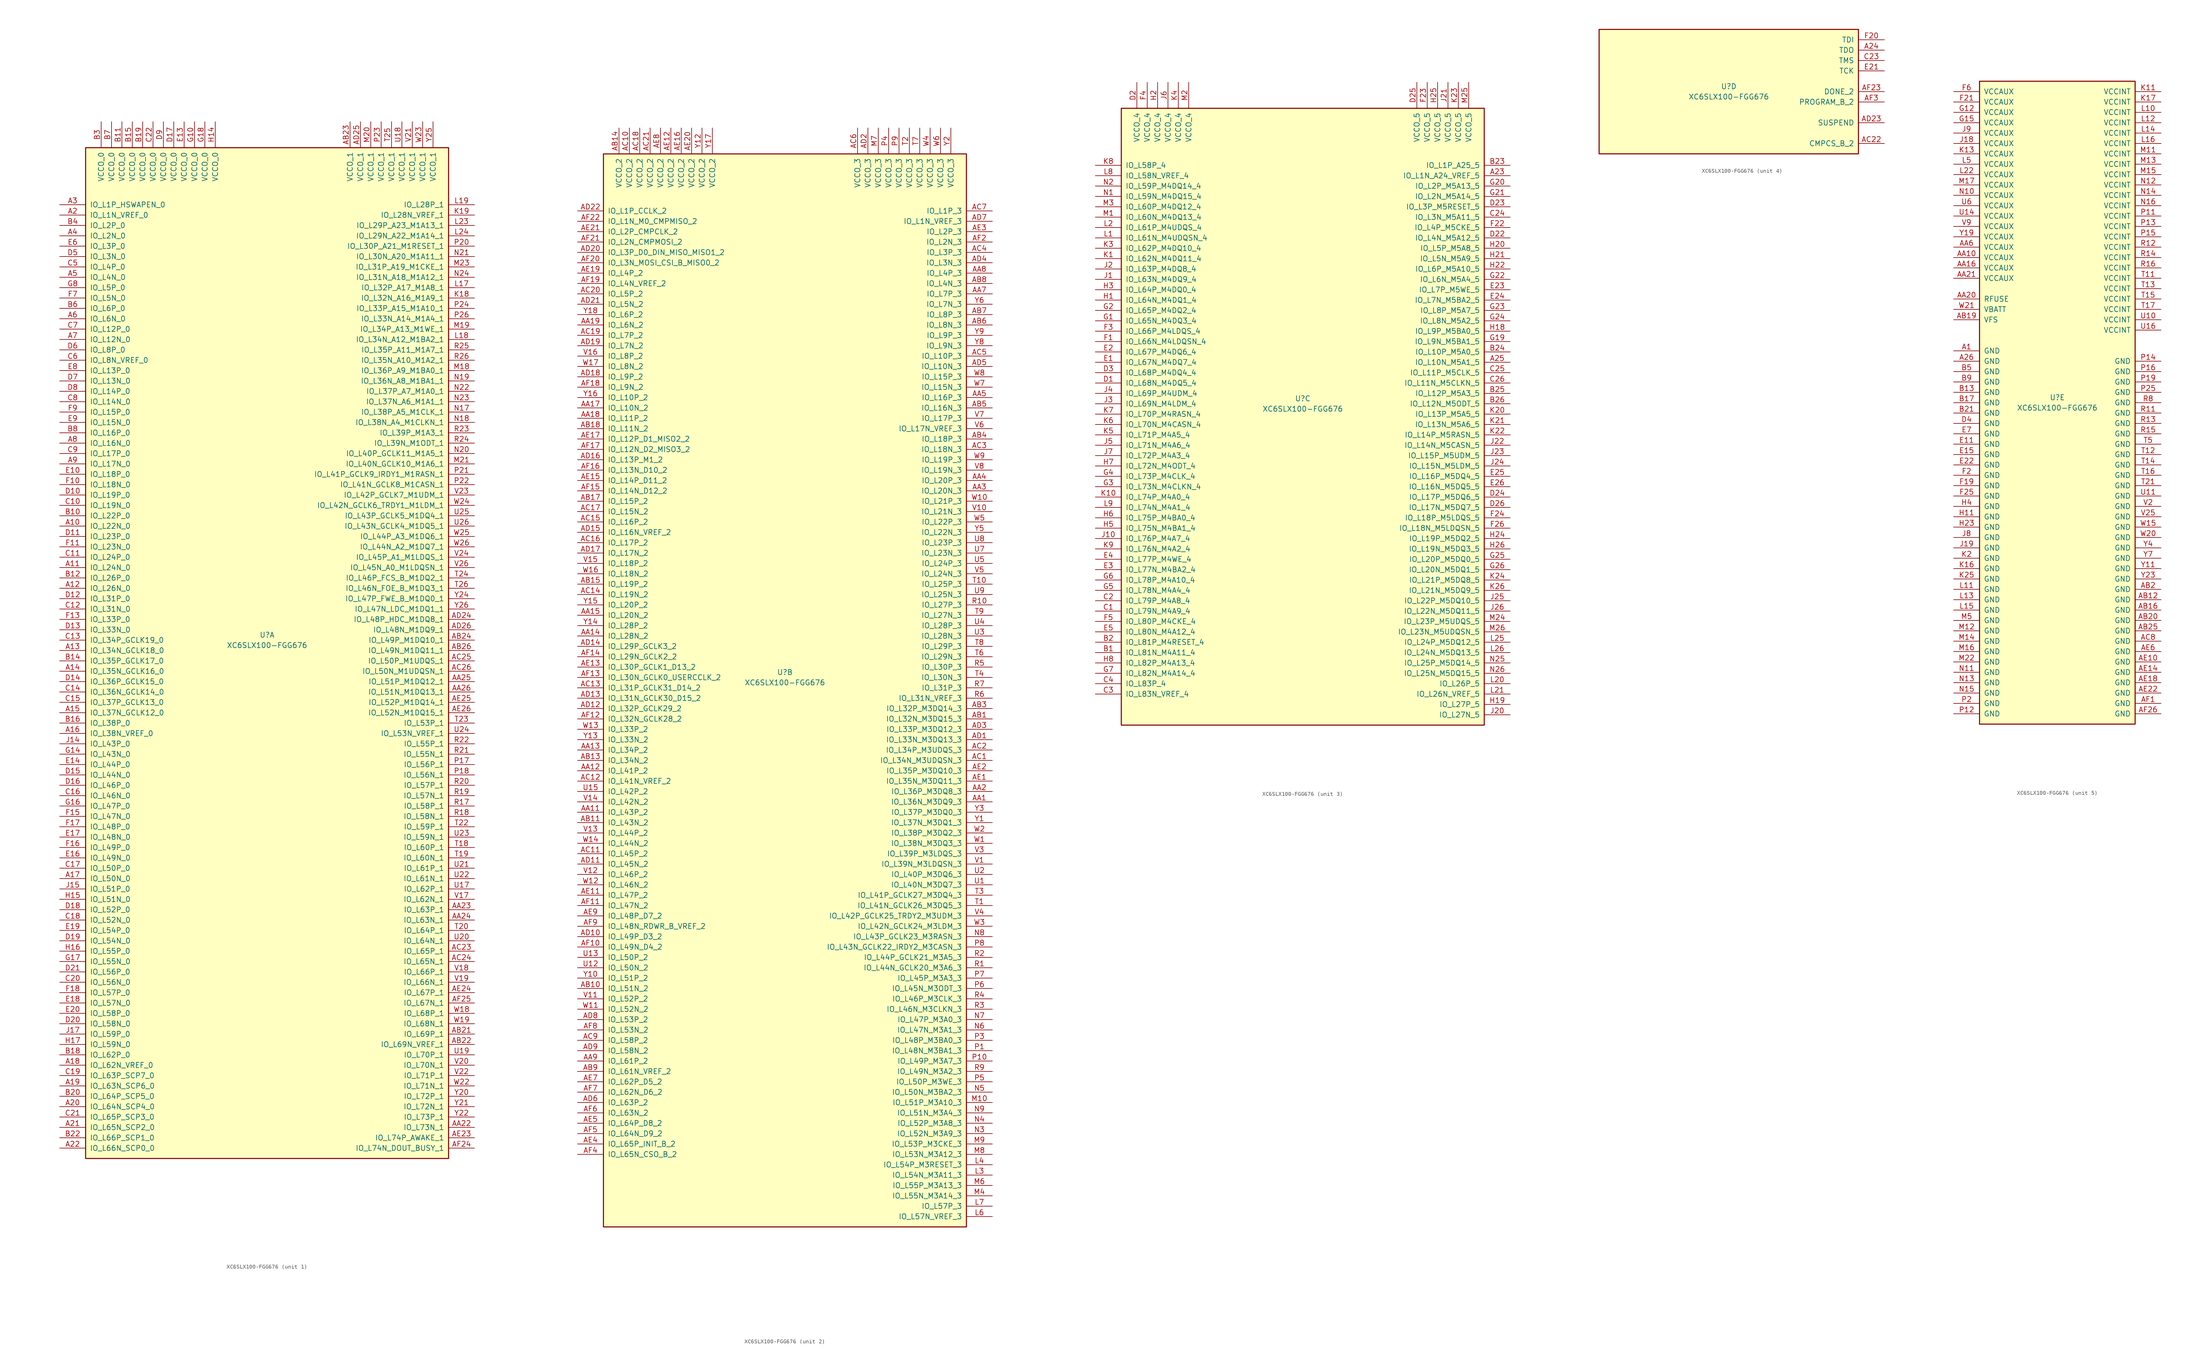
<source format=kicad_sym>
(kicad_symbol_lib
  (version 20220914)
  (generator kicad_symbol_editor)
  (symbol "XC6SLX100-FGG676"
    (pin_names
      (offset 1.016))
    (property "Reference" "U"
      (at 0 1.27 0)
      (effects (font (size 1.27 1.27))))
    (property "Value" "XC6SLX100-FGG676"
      (at 0 -1.27 0)
      (effects (font (size 1.27 1.27))))
    (property "Datasheet" ""
      (at 0 0 0)
      (effects (font (size 1.27 1.27))))
    (property "ki_locked" ""
      (at 0 0 0)
      (effects (font (size 1.27 1.27))))
    (symbol "XC6SLX100-FGG676_1_1"
      (rectangle (start -44.45 120.65) (end 44.45 -127) (stroke (width 0.254) (type default)) (fill (type background)))
      (pin bidirectional line (at -50.8 27.94 0) (length 6.35) (name "IO_L22N_0" (effects (font (size 1.27 1.27)))) (number "A10" (effects (font (size 1.27 1.27)))))
      (pin bidirectional line (at -50.8 17.78 0) (length 6.35) (name "IO_L24N_0" (effects (font (size 1.27 1.27)))) (number "A11" (effects (font (size 1.27 1.27)))))
      (pin bidirectional line (at -50.8 12.7 0) (length 6.35) (name "IO_L26N_0" (effects (font (size 1.27 1.27)))) (number "A12" (effects (font (size 1.27 1.27)))))
      (pin bidirectional line (at -50.8 -2.54 0) (length 6.35) (name "IO_L34N_GCLK18_0" (effects (font (size 1.27 1.27)))) (number "A13" (effects (font (size 1.27 1.27)))))
      (pin bidirectional line (at -50.8 -7.62 0) (length 6.35) (name "IO_L35N_GCLK16_0" (effects (font (size 1.27 1.27)))) (number "A14" (effects (font (size 1.27 1.27)))))
      (pin bidirectional line (at -50.8 -17.78 0) (length 6.35) (name "IO_L37N_GCLK12_0" (effects (font (size 1.27 1.27)))) (number "A15" (effects (font (size 1.27 1.27)))))
      (pin bidirectional line (at -50.8 -22.86 0) (length 6.35) (name "IO_L38N_VREF_0" (effects (font (size 1.27 1.27)))) (number "A16" (effects (font (size 1.27 1.27)))))
      (pin bidirectional line (at -50.8 -58.42 0) (length 6.35) (name "IO_L50N_0" (effects (font (size 1.27 1.27)))) (number "A17" (effects (font (size 1.27 1.27)))))
      (pin bidirectional line (at -50.8 -104.14 0) (length 6.35) (name "IO_L62N_VREF_0" (effects (font (size 1.27 1.27)))) (number "A18" (effects (font (size 1.27 1.27)))))
      (pin bidirectional line (at -50.8 -109.22 0) (length 6.35) (name "IO_L63N_SCP6_0" (effects (font (size 1.27 1.27)))) (number "A19" (effects (font (size 1.27 1.27)))))
      (pin bidirectional line (at -50.8 104.14 0) (length 6.35) (name "IO_L1N_VREF_0" (effects (font (size 1.27 1.27)))) (number "A2" (effects (font (size 1.27 1.27)))))
      (pin bidirectional line (at -50.8 -114.3 0) (length 6.35) (name "IO_L64N_SCP4_0" (effects (font (size 1.27 1.27)))) (number "A20" (effects (font (size 1.27 1.27)))))
      (pin bidirectional line (at -50.8 -119.38 0) (length 6.35) (name "IO_L65N_SCP2_0" (effects (font (size 1.27 1.27)))) (number "A21" (effects (font (size 1.27 1.27)))))
      (pin bidirectional line (at -50.8 -124.46 0) (length 6.35) (name "IO_L66N_SCP0_0" (effects (font (size 1.27 1.27)))) (number "A22" (effects (font (size 1.27 1.27)))))
      (pin bidirectional line (at -50.8 106.68 0) (length 6.35) (name "IO_L1P_HSWAPEN_0" (effects (font (size 1.27 1.27)))) (number "A3" (effects (font (size 1.27 1.27)))))
      (pin bidirectional line (at -50.8 99.06 0) (length 6.35) (name "IO_L2N_0" (effects (font (size 1.27 1.27)))) (number "A4" (effects (font (size 1.27 1.27)))))
      (pin bidirectional line (at -50.8 88.9 0) (length 6.35) (name "IO_L4N_0" (effects (font (size 1.27 1.27)))) (number "A5" (effects (font (size 1.27 1.27)))))
      (pin bidirectional line (at -50.8 78.74 0) (length 6.35) (name "IO_L6N_0" (effects (font (size 1.27 1.27)))) (number "A6" (effects (font (size 1.27 1.27)))))
      (pin bidirectional line (at -50.8 73.66 0) (length 6.35) (name "IO_L12N_0" (effects (font (size 1.27 1.27)))) (number "A7" (effects (font (size 1.27 1.27)))))
      (pin bidirectional line (at -50.8 48.26 0) (length 6.35) (name "IO_L16N_0" (effects (font (size 1.27 1.27)))) (number "A8" (effects (font (size 1.27 1.27)))))
      (pin bidirectional line (at -50.8 43.18 0) (length 6.35) (name "IO_L17N_0" (effects (font (size 1.27 1.27)))) (number "A9" (effects (font (size 1.27 1.27)))))
      (pin bidirectional line (at 50.8 -119.38 180) (length 6.35) (name "IO_L73N_1" (effects (font (size 1.27 1.27)))) (number "AA22" (effects (font (size 1.27 1.27)))))
      (pin bidirectional line (at 50.8 -66.04 180) (length 6.35) (name "IO_L63P_1" (effects (font (size 1.27 1.27)))) (number "AA23" (effects (font (size 1.27 1.27)))))
      (pin bidirectional line (at 50.8 -68.58 180) (length 6.35) (name "IO_L63N_1" (effects (font (size 1.27 1.27)))) (number "AA24" (effects (font (size 1.27 1.27)))))
      (pin bidirectional line (at 50.8 -10.16 180) (length 6.35) (name "IO_L51P_M1DQ12_1" (effects (font (size 1.27 1.27)))) (number "AA25" (effects (font (size 1.27 1.27)))))
      (pin bidirectional line (at 50.8 -12.7 180) (length 6.35) (name "IO_L51N_M1DQ13_1" (effects (font (size 1.27 1.27)))) (number "AA26" (effects (font (size 1.27 1.27)))))
      (pin bidirectional line (at 50.8 -96.52 180) (length 6.35) (name "IO_L69P_1" (effects (font (size 1.27 1.27)))) (number "AB21" (effects (font (size 1.27 1.27)))))
      (pin bidirectional line (at 50.8 -99.06 180) (length 6.35) (name "IO_L69N_VREF_1" (effects (font (size 1.27 1.27)))) (number "AB22" (effects (font (size 1.27 1.27)))))
      (pin power_in line (at 20.32 127 270) (length 6.35) (name "VCCO_1" (effects (font (size 1.27 1.27)))) (number "AB23" (effects (font (size 1.27 1.27)))))
      (pin bidirectional line (at 50.8 0 180) (length 6.35) (name "IO_L49P_M1DQ10_1" (effects (font (size 1.27 1.27)))) (number "AB24" (effects (font (size 1.27 1.27)))))
      (pin bidirectional line (at 50.8 -2.54 180) (length 6.35) (name "IO_L49N_M1DQ11_1" (effects (font (size 1.27 1.27)))) (number "AB26" (effects (font (size 1.27 1.27)))))
      (pin bidirectional line (at 50.8 -76.2 180) (length 6.35) (name "IO_L65P_1" (effects (font (size 1.27 1.27)))) (number "AC23" (effects (font (size 1.27 1.27)))))
      (pin bidirectional line (at 50.8 -78.74 180) (length 6.35) (name "IO_L65N_1" (effects (font (size 1.27 1.27)))) (number "AC24" (effects (font (size 1.27 1.27)))))
      (pin bidirectional line (at 50.8 -5.08 180) (length 6.35) (name "IO_L50P_M1UDQS_1" (effects (font (size 1.27 1.27)))) (number "AC25" (effects (font (size 1.27 1.27)))))
      (pin bidirectional line (at 50.8 -7.62 180) (length 6.35) (name "IO_L50N_M1UDQSN_1" (effects (font (size 1.27 1.27)))) (number "AC26" (effects (font (size 1.27 1.27)))))
      (pin bidirectional line (at 50.8 5.08 180) (length 6.35) (name "IO_L48P_HDC_M1DQ8_1" (effects (font (size 1.27 1.27)))) (number "AD24" (effects (font (size 1.27 1.27)))))
      (pin power_in line (at 22.86 127 270) (length 6.35) (name "VCCO_1" (effects (font (size 1.27 1.27)))) (number "AD25" (effects (font (size 1.27 1.27)))))
      (pin bidirectional line (at 50.8 2.54 180) (length 6.35) (name "IO_L48N_M1DQ9_1" (effects (font (size 1.27 1.27)))) (number "AD26" (effects (font (size 1.27 1.27)))))
      (pin bidirectional line (at 50.8 -121.92 180) (length 6.35) (name "IO_L74P_AWAKE_1" (effects (font (size 1.27 1.27)))) (number "AE23" (effects (font (size 1.27 1.27)))))
      (pin bidirectional line (at 50.8 -86.36 180) (length 6.35) (name "IO_L67P_1" (effects (font (size 1.27 1.27)))) (number "AE24" (effects (font (size 1.27 1.27)))))
      (pin bidirectional line (at 50.8 -15.24 180) (length 6.35) (name "IO_L52P_M1DQ14_1" (effects (font (size 1.27 1.27)))) (number "AE25" (effects (font (size 1.27 1.27)))))
      (pin bidirectional line (at 50.8 -17.78 180) (length 6.35) (name "IO_L52N_M1DQ15_1" (effects (font (size 1.27 1.27)))) (number "AE26" (effects (font (size 1.27 1.27)))))
      (pin bidirectional line (at 50.8 -124.46 180) (length 6.35) (name "IO_L74N_DOUT_BUSY_1" (effects (font (size 1.27 1.27)))) (number "AF24" (effects (font (size 1.27 1.27)))))
      (pin bidirectional line (at 50.8 -88.9 180) (length 6.35) (name "IO_L67N_1" (effects (font (size 1.27 1.27)))) (number "AF25" (effects (font (size 1.27 1.27)))))
      (pin bidirectional line (at -50.8 30.48 0) (length 6.35) (name "IO_L22P_0" (effects (font (size 1.27 1.27)))) (number "B10" (effects (font (size 1.27 1.27)))))
      (pin power_in line (at -35.56 127 270) (length 6.35) (name "VCCO_0" (effects (font (size 1.27 1.27)))) (number "B11" (effects (font (size 1.27 1.27)))))
      (pin bidirectional line (at -50.8 15.24 0) (length 6.35) (name "IO_L26P_0" (effects (font (size 1.27 1.27)))) (number "B12" (effects (font (size 1.27 1.27)))))
      (pin bidirectional line (at -50.8 -5.08 0) (length 6.35) (name "IO_L35P_GCLK17_0" (effects (font (size 1.27 1.27)))) (number "B14" (effects (font (size 1.27 1.27)))))
      (pin power_in line (at -33.02 127 270) (length 6.35) (name "VCCO_0" (effects (font (size 1.27 1.27)))) (number "B15" (effects (font (size 1.27 1.27)))))
      (pin bidirectional line (at -50.8 -20.32 0) (length 6.35) (name "IO_L38P_0" (effects (font (size 1.27 1.27)))) (number "B16" (effects (font (size 1.27 1.27)))))
      (pin bidirectional line (at -50.8 -101.6 0) (length 6.35) (name "IO_L62P_0" (effects (font (size 1.27 1.27)))) (number "B18" (effects (font (size 1.27 1.27)))))
      (pin power_in line (at -30.48 127 270) (length 6.35) (name "VCCO_0" (effects (font (size 1.27 1.27)))) (number "B19" (effects (font (size 1.27 1.27)))))
      (pin bidirectional line (at -50.8 -111.76 0) (length 6.35) (name "IO_L64P_SCP5_0" (effects (font (size 1.27 1.27)))) (number "B20" (effects (font (size 1.27 1.27)))))
      (pin bidirectional line (at -50.8 -121.92 0) (length 6.35) (name "IO_L66P_SCP1_0" (effects (font (size 1.27 1.27)))) (number "B22" (effects (font (size 1.27 1.27)))))
      (pin power_in line (at -40.64 127 270) (length 6.35) (name "VCCO_0" (effects (font (size 1.27 1.27)))) (number "B3" (effects (font (size 1.27 1.27)))))
      (pin bidirectional line (at -50.8 101.6 0) (length 6.35) (name "IO_L2P_0" (effects (font (size 1.27 1.27)))) (number "B4" (effects (font (size 1.27 1.27)))))
      (pin bidirectional line (at -50.8 81.28 0) (length 6.35) (name "IO_L6P_0" (effects (font (size 1.27 1.27)))) (number "B6" (effects (font (size 1.27 1.27)))))
      (pin power_in line (at -38.1 127 270) (length 6.35) (name "VCCO_0" (effects (font (size 1.27 1.27)))) (number "B7" (effects (font (size 1.27 1.27)))))
      (pin bidirectional line (at -50.8 50.8 0) (length 6.35) (name "IO_L16P_0" (effects (font (size 1.27 1.27)))) (number "B8" (effects (font (size 1.27 1.27)))))
      (pin bidirectional line (at -50.8 33.02 0) (length 6.35) (name "IO_L19N_0" (effects (font (size 1.27 1.27)))) (number "C10" (effects (font (size 1.27 1.27)))))
      (pin bidirectional line (at -50.8 20.32 0) (length 6.35) (name "IO_L24P_0" (effects (font (size 1.27 1.27)))) (number "C11" (effects (font (size 1.27 1.27)))))
      (pin bidirectional line (at -50.8 7.62 0) (length 6.35) (name "IO_L31N_0" (effects (font (size 1.27 1.27)))) (number "C12" (effects (font (size 1.27 1.27)))))
      (pin bidirectional line (at -50.8 0 0) (length 6.35) (name "IO_L34P_GCLK19_0" (effects (font (size 1.27 1.27)))) (number "C13" (effects (font (size 1.27 1.27)))))
      (pin bidirectional line (at -50.8 -12.7 0) (length 6.35) (name "IO_L36N_GCLK14_0" (effects (font (size 1.27 1.27)))) (number "C14" (effects (font (size 1.27 1.27)))))
      (pin bidirectional line (at -50.8 -15.24 0) (length 6.35) (name "IO_L37P_GCLK13_0" (effects (font (size 1.27 1.27)))) (number "C15" (effects (font (size 1.27 1.27)))))
      (pin bidirectional line (at -50.8 -38.1 0) (length 6.35) (name "IO_L46N_0" (effects (font (size 1.27 1.27)))) (number "C16" (effects (font (size 1.27 1.27)))))
      (pin bidirectional line (at -50.8 -55.88 0) (length 6.35) (name "IO_L50P_0" (effects (font (size 1.27 1.27)))) (number "C17" (effects (font (size 1.27 1.27)))))
      (pin bidirectional line (at -50.8 -68.58 0) (length 6.35) (name "IO_L52N_0" (effects (font (size 1.27 1.27)))) (number "C18" (effects (font (size 1.27 1.27)))))
      (pin bidirectional line (at -50.8 -106.68 0) (length 6.35) (name "IO_L63P_SCP7_0" (effects (font (size 1.27 1.27)))) (number "C19" (effects (font (size 1.27 1.27)))))
      (pin bidirectional line (at -50.8 -83.82 0) (length 6.35) (name "IO_L56N_0" (effects (font (size 1.27 1.27)))) (number "C20" (effects (font (size 1.27 1.27)))))
      (pin bidirectional line (at -50.8 -116.84 0) (length 6.35) (name "IO_L65P_SCP3_0" (effects (font (size 1.27 1.27)))) (number "C21" (effects (font (size 1.27 1.27)))))
      (pin power_in line (at -27.94 127 270) (length 6.35) (name "VCCO_0" (effects (font (size 1.27 1.27)))) (number "C22" (effects (font (size 1.27 1.27)))))
      (pin bidirectional line (at -50.8 91.44 0) (length 6.35) (name "IO_L4P_0" (effects (font (size 1.27 1.27)))) (number "C5" (effects (font (size 1.27 1.27)))))
      (pin bidirectional line (at -50.8 68.58 0) (length 6.35) (name "IO_L8N_VREF_0" (effects (font (size 1.27 1.27)))) (number "C6" (effects (font (size 1.27 1.27)))))
      (pin bidirectional line (at -50.8 76.2 0) (length 6.35) (name "IO_L12P_0" (effects (font (size 1.27 1.27)))) (number "C7" (effects (font (size 1.27 1.27)))))
      (pin bidirectional line (at -50.8 58.42 0) (length 6.35) (name "IO_L14N_0" (effects (font (size 1.27 1.27)))) (number "C8" (effects (font (size 1.27 1.27)))))
      (pin bidirectional line (at -50.8 45.72 0) (length 6.35) (name "IO_L17P_0" (effects (font (size 1.27 1.27)))) (number "C9" (effects (font (size 1.27 1.27)))))
      (pin bidirectional line (at -50.8 35.56 0) (length 6.35) (name "IO_L19P_0" (effects (font (size 1.27 1.27)))) (number "D10" (effects (font (size 1.27 1.27)))))
      (pin bidirectional line (at -50.8 25.4 0) (length 6.35) (name "IO_L23P_0" (effects (font (size 1.27 1.27)))) (number "D11" (effects (font (size 1.27 1.27)))))
      (pin bidirectional line (at -50.8 10.16 0) (length 6.35) (name "IO_L31P_0" (effects (font (size 1.27 1.27)))) (number "D12" (effects (font (size 1.27 1.27)))))
      (pin bidirectional line (at -50.8 2.54 0) (length 6.35) (name "IO_L33N_0" (effects (font (size 1.27 1.27)))) (number "D13" (effects (font (size 1.27 1.27)))))
      (pin bidirectional line (at -50.8 -10.16 0) (length 6.35) (name "IO_L36P_GCLK15_0" (effects (font (size 1.27 1.27)))) (number "D14" (effects (font (size 1.27 1.27)))))
      (pin bidirectional line (at -50.8 -33.02 0) (length 6.35) (name "IO_L44N_0" (effects (font (size 1.27 1.27)))) (number "D15" (effects (font (size 1.27 1.27)))))
      (pin bidirectional line (at -50.8 -35.56 0) (length 6.35) (name "IO_L46P_0" (effects (font (size 1.27 1.27)))) (number "D16" (effects (font (size 1.27 1.27)))))
      (pin power_in line (at -22.86 127 270) (length 6.35) (name "VCCO_0" (effects (font (size 1.27 1.27)))) (number "D17" (effects (font (size 1.27 1.27)))))
      (pin bidirectional line (at -50.8 -66.04 0) (length 6.35) (name "IO_L52P_0" (effects (font (size 1.27 1.27)))) (number "D18" (effects (font (size 1.27 1.27)))))
      (pin bidirectional line (at -50.8 -73.66 0) (length 6.35) (name "IO_L54N_0" (effects (font (size 1.27 1.27)))) (number "D19" (effects (font (size 1.27 1.27)))))
      (pin bidirectional line (at -50.8 -93.98 0) (length 6.35) (name "IO_L58N_0" (effects (font (size 1.27 1.27)))) (number "D20" (effects (font (size 1.27 1.27)))))
      (pin bidirectional line (at -50.8 -81.28 0) (length 6.35) (name "IO_L56P_0" (effects (font (size 1.27 1.27)))) (number "D21" (effects (font (size 1.27 1.27)))))
      (pin bidirectional line (at -50.8 93.98 0) (length 6.35) (name "IO_L3N_0" (effects (font (size 1.27 1.27)))) (number "D5" (effects (font (size 1.27 1.27)))))
      (pin bidirectional line (at -50.8 71.12 0) (length 6.35) (name "IO_L8P_0" (effects (font (size 1.27 1.27)))) (number "D6" (effects (font (size 1.27 1.27)))))
      (pin bidirectional line (at -50.8 63.5 0) (length 6.35) (name "IO_L13N_0" (effects (font (size 1.27 1.27)))) (number "D7" (effects (font (size 1.27 1.27)))))
      (pin bidirectional line (at -50.8 60.96 0) (length 6.35) (name "IO_L14P_0" (effects (font (size 1.27 1.27)))) (number "D8" (effects (font (size 1.27 1.27)))))
      (pin power_in line (at -25.4 127 270) (length 6.35) (name "VCCO_0" (effects (font (size 1.27 1.27)))) (number "D9" (effects (font (size 1.27 1.27)))))
      (pin bidirectional line (at -50.8 40.64 0) (length 6.35) (name "IO_L18P_0" (effects (font (size 1.27 1.27)))) (number "E10" (effects (font (size 1.27 1.27)))))
      (pin power_in line (at -20.32 127 270) (length 6.35) (name "VCCO_0" (effects (font (size 1.27 1.27)))) (number "E13" (effects (font (size 1.27 1.27)))))
      (pin bidirectional line (at -50.8 -30.48 0) (length 6.35) (name "IO_L44P_0" (effects (font (size 1.27 1.27)))) (number "E14" (effects (font (size 1.27 1.27)))))
      (pin bidirectional line (at -50.8 -53.34 0) (length 6.35) (name "IO_L49N_0" (effects (font (size 1.27 1.27)))) (number "E16" (effects (font (size 1.27 1.27)))))
      (pin bidirectional line (at -50.8 -48.26 0) (length 6.35) (name "IO_L48N_0" (effects (font (size 1.27 1.27)))) (number "E17" (effects (font (size 1.27 1.27)))))
      (pin bidirectional line (at -50.8 -88.9 0) (length 6.35) (name "IO_L57N_0" (effects (font (size 1.27 1.27)))) (number "E18" (effects (font (size 1.27 1.27)))))
      (pin bidirectional line (at -50.8 -71.12 0) (length 6.35) (name "IO_L54P_0" (effects (font (size 1.27 1.27)))) (number "E19" (effects (font (size 1.27 1.27)))))
      (pin bidirectional line (at -50.8 -91.44 0) (length 6.35) (name "IO_L58P_0" (effects (font (size 1.27 1.27)))) (number "E20" (effects (font (size 1.27 1.27)))))
      (pin bidirectional line (at -50.8 96.52 0) (length 6.35) (name "IO_L3P_0" (effects (font (size 1.27 1.27)))) (number "E6" (effects (font (size 1.27 1.27)))))
      (pin bidirectional line (at -50.8 66.04 0) (length 6.35) (name "IO_L13P_0" (effects (font (size 1.27 1.27)))) (number "E8" (effects (font (size 1.27 1.27)))))
      (pin bidirectional line (at -50.8 53.34 0) (length 6.35) (name "IO_L15N_0" (effects (font (size 1.27 1.27)))) (number "E9" (effects (font (size 1.27 1.27)))))
      (pin bidirectional line (at -50.8 38.1 0) (length 6.35) (name "IO_L18N_0" (effects (font (size 1.27 1.27)))) (number "F10" (effects (font (size 1.27 1.27)))))
      (pin bidirectional line (at -50.8 22.86 0) (length 6.35) (name "IO_L23N_0" (effects (font (size 1.27 1.27)))) (number "F11" (effects (font (size 1.27 1.27)))))
      (pin bidirectional line (at -50.8 5.08 0) (length 6.35) (name "IO_L33P_0" (effects (font (size 1.27 1.27)))) (number "F13" (effects (font (size 1.27 1.27)))))
      (pin bidirectional line (at -50.8 -43.18 0) (length 6.35) (name "IO_L47N_0" (effects (font (size 1.27 1.27)))) (number "F15" (effects (font (size 1.27 1.27)))))
      (pin bidirectional line (at -50.8 -50.8 0) (length 6.35) (name "IO_L49P_0" (effects (font (size 1.27 1.27)))) (number "F16" (effects (font (size 1.27 1.27)))))
      (pin bidirectional line (at -50.8 -45.72 0) (length 6.35) (name "IO_L48P_0" (effects (font (size 1.27 1.27)))) (number "F17" (effects (font (size 1.27 1.27)))))
      (pin bidirectional line (at -50.8 -86.36 0) (length 6.35) (name "IO_L57P_0" (effects (font (size 1.27 1.27)))) (number "F18" (effects (font (size 1.27 1.27)))))
      (pin bidirectional line (at -50.8 83.82 0) (length 6.35) (name "IO_L5N_0" (effects (font (size 1.27 1.27)))) (number "F7" (effects (font (size 1.27 1.27)))))
      (pin bidirectional line (at -50.8 55.88 0) (length 6.35) (name "IO_L15P_0" (effects (font (size 1.27 1.27)))) (number "F9" (effects (font (size 1.27 1.27)))))
      (pin power_in line (at -17.78 127 270) (length 6.35) (name "VCCO_0" (effects (font (size 1.27 1.27)))) (number "G10" (effects (font (size 1.27 1.27)))))
      (pin bidirectional line (at -50.8 -27.94 0) (length 6.35) (name "IO_L43N_0" (effects (font (size 1.27 1.27)))) (number "G14" (effects (font (size 1.27 1.27)))))
      (pin bidirectional line (at -50.8 -40.64 0) (length 6.35) (name "IO_L47P_0" (effects (font (size 1.27 1.27)))) (number "G16" (effects (font (size 1.27 1.27)))))
      (pin bidirectional line (at -50.8 -78.74 0) (length 6.35) (name "IO_L55N_0" (effects (font (size 1.27 1.27)))) (number "G17" (effects (font (size 1.27 1.27)))))
      (pin power_in line (at -15.24 127 270) (length 6.35) (name "VCCO_0" (effects (font (size 1.27 1.27)))) (number "G18" (effects (font (size 1.27 1.27)))))
      (pin bidirectional line (at -50.8 86.36 0) (length 6.35) (name "IO_L5P_0" (effects (font (size 1.27 1.27)))) (number "G8" (effects (font (size 1.27 1.27)))))
      (pin power_in line (at -12.7 127 270) (length 6.35) (name "VCCO_0" (effects (font (size 1.27 1.27)))) (number "H14" (effects (font (size 1.27 1.27)))))
      (pin bidirectional line (at -50.8 -63.5 0) (length 6.35) (name "IO_L51N_0" (effects (font (size 1.27 1.27)))) (number "H15" (effects (font (size 1.27 1.27)))))
      (pin bidirectional line (at -50.8 -76.2 0) (length 6.35) (name "IO_L55P_0" (effects (font (size 1.27 1.27)))) (number "H16" (effects (font (size 1.27 1.27)))))
      (pin bidirectional line (at -50.8 -99.06 0) (length 6.35) (name "IO_L59N_0" (effects (font (size 1.27 1.27)))) (number "H17" (effects (font (size 1.27 1.27)))))
      (pin bidirectional line (at -50.8 -25.4 0) (length 6.35) (name "IO_L43P_0" (effects (font (size 1.27 1.27)))) (number "J14" (effects (font (size 1.27 1.27)))))
      (pin bidirectional line (at -50.8 -60.96 0) (length 6.35) (name "IO_L51P_0" (effects (font (size 1.27 1.27)))) (number "J15" (effects (font (size 1.27 1.27)))))
      (pin bidirectional line (at -50.8 -96.52 0) (length 6.35) (name "IO_L59P_0" (effects (font (size 1.27 1.27)))) (number "J17" (effects (font (size 1.27 1.27)))))
      (pin bidirectional line (at 50.8 83.82 180) (length 6.35) (name "IO_L32N_A16_M1A9_1" (effects (font (size 1.27 1.27)))) (number "K18" (effects (font (size 1.27 1.27)))))
      (pin bidirectional line (at 50.8 104.14 180) (length 6.35) (name "IO_L28N_VREF_1" (effects (font (size 1.27 1.27)))) (number "K19" (effects (font (size 1.27 1.27)))))
      (pin bidirectional line (at 50.8 86.36 180) (length 6.35) (name "IO_L32P_A17_M1A8_1" (effects (font (size 1.27 1.27)))) (number "L17" (effects (font (size 1.27 1.27)))))
      (pin bidirectional line (at 50.8 73.66 180) (length 6.35) (name "IO_L34N_A12_M1BA2_1" (effects (font (size 1.27 1.27)))) (number "L18" (effects (font (size 1.27 1.27)))))
      (pin bidirectional line (at 50.8 106.68 180) (length 6.35) (name "IO_L28P_1" (effects (font (size 1.27 1.27)))) (number "L19" (effects (font (size 1.27 1.27)))))
      (pin bidirectional line (at 50.8 101.6 180) (length 6.35) (name "IO_L29P_A23_M1A13_1" (effects (font (size 1.27 1.27)))) (number "L23" (effects (font (size 1.27 1.27)))))
      (pin bidirectional line (at 50.8 99.06 180) (length 6.35) (name "IO_L29N_A22_M1A14_1" (effects (font (size 1.27 1.27)))) (number "L24" (effects (font (size 1.27 1.27)))))
      (pin bidirectional line (at 50.8 66.04 180) (length 6.35) (name "IO_L36P_A9_M1BA0_1" (effects (font (size 1.27 1.27)))) (number "M18" (effects (font (size 1.27 1.27)))))
      (pin bidirectional line (at 50.8 76.2 180) (length 6.35) (name "IO_L34P_A13_M1WE_1" (effects (font (size 1.27 1.27)))) (number "M19" (effects (font (size 1.27 1.27)))))
      (pin power_in line (at 25.4 127 270) (length 6.35) (name "VCCO_1" (effects (font (size 1.27 1.27)))) (number "M20" (effects (font (size 1.27 1.27)))))
      (pin bidirectional line (at 50.8 43.18 180) (length 6.35) (name "IO_L40N_GCLK10_M1A6_1" (effects (font (size 1.27 1.27)))) (number "M21" (effects (font (size 1.27 1.27)))))
      (pin bidirectional line (at 50.8 91.44 180) (length 6.35) (name "IO_L31P_A19_M1CKE_1" (effects (font (size 1.27 1.27)))) (number "M23" (effects (font (size 1.27 1.27)))))
      (pin bidirectional line (at 50.8 55.88 180) (length 6.35) (name "IO_L38P_A5_M1CLK_1" (effects (font (size 1.27 1.27)))) (number "N17" (effects (font (size 1.27 1.27)))))
      (pin bidirectional line (at 50.8 53.34 180) (length 6.35) (name "IO_L38N_A4_M1CLKN_1" (effects (font (size 1.27 1.27)))) (number "N18" (effects (font (size 1.27 1.27)))))
      (pin bidirectional line (at 50.8 63.5 180) (length 6.35) (name "IO_L36N_A8_M1BA1_1" (effects (font (size 1.27 1.27)))) (number "N19" (effects (font (size 1.27 1.27)))))
      (pin bidirectional line (at 50.8 45.72 180) (length 6.35) (name "IO_L40P_GCLK11_M1A5_1" (effects (font (size 1.27 1.27)))) (number "N20" (effects (font (size 1.27 1.27)))))
      (pin bidirectional line (at 50.8 93.98 180) (length 6.35) (name "IO_L30N_A20_M1A11_1" (effects (font (size 1.27 1.27)))) (number "N21" (effects (font (size 1.27 1.27)))))
      (pin bidirectional line (at 50.8 60.96 180) (length 6.35) (name "IO_L37P_A7_M1A0_1" (effects (font (size 1.27 1.27)))) (number "N22" (effects (font (size 1.27 1.27)))))
      (pin bidirectional line (at 50.8 58.42 180) (length 6.35) (name "IO_L37N_A6_M1A1_1" (effects (font (size 1.27 1.27)))) (number "N23" (effects (font (size 1.27 1.27)))))
      (pin bidirectional line (at 50.8 88.9 180) (length 6.35) (name "IO_L31N_A18_M1A12_1" (effects (font (size 1.27 1.27)))) (number "N24" (effects (font (size 1.27 1.27)))))
      (pin bidirectional line (at 50.8 -30.48 180) (length 6.35) (name "IO_L56P_1" (effects (font (size 1.27 1.27)))) (number "P17" (effects (font (size 1.27 1.27)))))
      (pin bidirectional line (at 50.8 -33.02 180) (length 6.35) (name "IO_L56N_1" (effects (font (size 1.27 1.27)))) (number "P18" (effects (font (size 1.27 1.27)))))
      (pin bidirectional line (at 50.8 96.52 180) (length 6.35) (name "IO_L30P_A21_M1RESET_1" (effects (font (size 1.27 1.27)))) (number "P20" (effects (font (size 1.27 1.27)))))
      (pin bidirectional line (at 50.8 40.64 180) (length 6.35) (name "IO_L41P_GCLK9_IRDY1_M1RASN_1" (effects (font (size 1.27 1.27)))) (number "P21" (effects (font (size 1.27 1.27)))))
      (pin bidirectional line (at 50.8 38.1 180) (length 6.35) (name "IO_L41N_GCLK8_M1CASN_1" (effects (font (size 1.27 1.27)))) (number "P22" (effects (font (size 1.27 1.27)))))
      (pin power_in line (at 27.94 127 270) (length 6.35) (name "VCCO_1" (effects (font (size 1.27 1.27)))) (number "P23" (effects (font (size 1.27 1.27)))))
      (pin bidirectional line (at 50.8 81.28 180) (length 6.35) (name "IO_L33P_A15_M1A10_1" (effects (font (size 1.27 1.27)))) (number "P24" (effects (font (size 1.27 1.27)))))
      (pin bidirectional line (at 50.8 78.74 180) (length 6.35) (name "IO_L33N_A14_M1A4_1" (effects (font (size 1.27 1.27)))) (number "P26" (effects (font (size 1.27 1.27)))))
      (pin bidirectional line (at 50.8 -40.64 180) (length 6.35) (name "IO_L58P_1" (effects (font (size 1.27 1.27)))) (number "R17" (effects (font (size 1.27 1.27)))))
      (pin bidirectional line (at 50.8 -43.18 180) (length 6.35) (name "IO_L58N_1" (effects (font (size 1.27 1.27)))) (number "R18" (effects (font (size 1.27 1.27)))))
      (pin bidirectional line (at 50.8 -38.1 180) (length 6.35) (name "IO_L57N_1" (effects (font (size 1.27 1.27)))) (number "R19" (effects (font (size 1.27 1.27)))))
      (pin bidirectional line (at 50.8 -35.56 180) (length 6.35) (name "IO_L57P_1" (effects (font (size 1.27 1.27)))) (number "R20" (effects (font (size 1.27 1.27)))))
      (pin bidirectional line (at 50.8 -27.94 180) (length 6.35) (name "IO_L55N_1" (effects (font (size 1.27 1.27)))) (number "R21" (effects (font (size 1.27 1.27)))))
      (pin bidirectional line (at 50.8 -25.4 180) (length 6.35) (name "IO_L55P_1" (effects (font (size 1.27 1.27)))) (number "R22" (effects (font (size 1.27 1.27)))))
      (pin bidirectional line (at 50.8 50.8 180) (length 6.35) (name "IO_L39P_M1A3_1" (effects (font (size 1.27 1.27)))) (number "R23" (effects (font (size 1.27 1.27)))))
      (pin bidirectional line (at 50.8 48.26 180) (length 6.35) (name "IO_L39N_M1ODT_1" (effects (font (size 1.27 1.27)))) (number "R24" (effects (font (size 1.27 1.27)))))
      (pin bidirectional line (at 50.8 71.12 180) (length 6.35) (name "IO_L35P_A11_M1A7_1" (effects (font (size 1.27 1.27)))) (number "R25" (effects (font (size 1.27 1.27)))))
      (pin bidirectional line (at 50.8 68.58 180) (length 6.35) (name "IO_L35N_A10_M1A2_1" (effects (font (size 1.27 1.27)))) (number "R26" (effects (font (size 1.27 1.27)))))
      (pin bidirectional line (at 50.8 -50.8 180) (length 6.35) (name "IO_L60P_1" (effects (font (size 1.27 1.27)))) (number "T18" (effects (font (size 1.27 1.27)))))
      (pin bidirectional line (at 50.8 -53.34 180) (length 6.35) (name "IO_L60N_1" (effects (font (size 1.27 1.27)))) (number "T19" (effects (font (size 1.27 1.27)))))
      (pin bidirectional line (at 50.8 -71.12 180) (length 6.35) (name "IO_L64P_1" (effects (font (size 1.27 1.27)))) (number "T20" (effects (font (size 1.27 1.27)))))
      (pin bidirectional line (at 50.8 -45.72 180) (length 6.35) (name "IO_L59P_1" (effects (font (size 1.27 1.27)))) (number "T22" (effects (font (size 1.27 1.27)))))
      (pin bidirectional line (at 50.8 -20.32 180) (length 6.35) (name "IO_L53P_1" (effects (font (size 1.27 1.27)))) (number "T23" (effects (font (size 1.27 1.27)))))
      (pin bidirectional line (at 50.8 15.24 180) (length 6.35) (name "IO_L46P_FCS_B_M1DQ2_1" (effects (font (size 1.27 1.27)))) (number "T24" (effects (font (size 1.27 1.27)))))
      (pin power_in line (at 30.48 127 270) (length 6.35) (name "VCCO_1" (effects (font (size 1.27 1.27)))) (number "T25" (effects (font (size 1.27 1.27)))))
      (pin bidirectional line (at 50.8 12.7 180) (length 6.35) (name "IO_L46N_FOE_B_M1DQ3_1" (effects (font (size 1.27 1.27)))) (number "T26" (effects (font (size 1.27 1.27)))))
      (pin bidirectional line (at 50.8 -60.96 180) (length 6.35) (name "IO_L62P_1" (effects (font (size 1.27 1.27)))) (number "U17" (effects (font (size 1.27 1.27)))))
      (pin power_in line (at 33.02 127 270) (length 6.35) (name "VCCO_1" (effects (font (size 1.27 1.27)))) (number "U18" (effects (font (size 1.27 1.27)))))
      (pin bidirectional line (at 50.8 -101.6 180) (length 6.35) (name "IO_L70P_1" (effects (font (size 1.27 1.27)))) (number "U19" (effects (font (size 1.27 1.27)))))
      (pin bidirectional line (at 50.8 -73.66 180) (length 6.35) (name "IO_L64N_1" (effects (font (size 1.27 1.27)))) (number "U20" (effects (font (size 1.27 1.27)))))
      (pin bidirectional line (at 50.8 -55.88 180) (length 6.35) (name "IO_L61P_1" (effects (font (size 1.27 1.27)))) (number "U21" (effects (font (size 1.27 1.27)))))
      (pin bidirectional line (at 50.8 -58.42 180) (length 6.35) (name "IO_L61N_1" (effects (font (size 1.27 1.27)))) (number "U22" (effects (font (size 1.27 1.27)))))
      (pin bidirectional line (at 50.8 -48.26 180) (length 6.35) (name "IO_L59N_1" (effects (font (size 1.27 1.27)))) (number "U23" (effects (font (size 1.27 1.27)))))
      (pin bidirectional line (at 50.8 -22.86 180) (length 6.35) (name "IO_L53N_VREF_1" (effects (font (size 1.27 1.27)))) (number "U24" (effects (font (size 1.27 1.27)))))
      (pin bidirectional line (at 50.8 30.48 180) (length 6.35) (name "IO_L43P_GCLK5_M1DQ4_1" (effects (font (size 1.27 1.27)))) (number "U25" (effects (font (size 1.27 1.27)))))
      (pin bidirectional line (at 50.8 27.94 180) (length 6.35) (name "IO_L43N_GCLK4_M1DQ5_1" (effects (font (size 1.27 1.27)))) (number "U26" (effects (font (size 1.27 1.27)))))
      (pin bidirectional line (at 50.8 -63.5 180) (length 6.35) (name "IO_L62N_1" (effects (font (size 1.27 1.27)))) (number "V17" (effects (font (size 1.27 1.27)))))
      (pin bidirectional line (at 50.8 -81.28 180) (length 6.35) (name "IO_L66P_1" (effects (font (size 1.27 1.27)))) (number "V18" (effects (font (size 1.27 1.27)))))
      (pin bidirectional line (at 50.8 -83.82 180) (length 6.35) (name "IO_L66N_1" (effects (font (size 1.27 1.27)))) (number "V19" (effects (font (size 1.27 1.27)))))
      (pin bidirectional line (at 50.8 -104.14 180) (length 6.35) (name "IO_L70N_1" (effects (font (size 1.27 1.27)))) (number "V20" (effects (font (size 1.27 1.27)))))
      (pin power_in line (at 35.56 127 270) (length 6.35) (name "VCCO_1" (effects (font (size 1.27 1.27)))) (number "V21" (effects (font (size 1.27 1.27)))))
      (pin bidirectional line (at 50.8 -106.68 180) (length 6.35) (name "IO_L71P_1" (effects (font (size 1.27 1.27)))) (number "V22" (effects (font (size 1.27 1.27)))))
      (pin bidirectional line (at 50.8 35.56 180) (length 6.35) (name "IO_L42P_GCLK7_M1UDM_1" (effects (font (size 1.27 1.27)))) (number "V23" (effects (font (size 1.27 1.27)))))
      (pin bidirectional line (at 50.8 20.32 180) (length 6.35) (name "IO_L45P_A1_M1LDQS_1" (effects (font (size 1.27 1.27)))) (number "V24" (effects (font (size 1.27 1.27)))))
      (pin bidirectional line (at 50.8 17.78 180) (length 6.35) (name "IO_L45N_A0_M1LDQSN_1" (effects (font (size 1.27 1.27)))) (number "V26" (effects (font (size 1.27 1.27)))))
      (pin bidirectional line (at 50.8 -91.44 180) (length 6.35) (name "IO_L68P_1" (effects (font (size 1.27 1.27)))) (number "W18" (effects (font (size 1.27 1.27)))))
      (pin bidirectional line (at 50.8 -93.98 180) (length 6.35) (name "IO_L68N_1" (effects (font (size 1.27 1.27)))) (number "W19" (effects (font (size 1.27 1.27)))))
      (pin bidirectional line (at 50.8 -109.22 180) (length 6.35) (name "IO_L71N_1" (effects (font (size 1.27 1.27)))) (number "W22" (effects (font (size 1.27 1.27)))))
      (pin power_in line (at 38.1 127 270) (length 6.35) (name "VCCO_1" (effects (font (size 1.27 1.27)))) (number "W23" (effects (font (size 1.27 1.27)))))
      (pin bidirectional line (at 50.8 33.02 180) (length 6.35) (name "IO_L42N_GCLK6_TRDY1_M1LDM_1" (effects (font (size 1.27 1.27)))) (number "W24" (effects (font (size 1.27 1.27)))))
      (pin bidirectional line (at 50.8 25.4 180) (length 6.35) (name "IO_L44P_A3_M1DQ6_1" (effects (font (size 1.27 1.27)))) (number "W25" (effects (font (size 1.27 1.27)))))
      (pin bidirectional line (at 50.8 22.86 180) (length 6.35) (name "IO_L44N_A2_M1DQ7_1" (effects (font (size 1.27 1.27)))) (number "W26" (effects (font (size 1.27 1.27)))))
      (pin bidirectional line (at 50.8 -111.76 180) (length 6.35) (name "IO_L72P_1" (effects (font (size 1.27 1.27)))) (number "Y20" (effects (font (size 1.27 1.27)))))
      (pin bidirectional line (at 50.8 -114.3 180) (length 6.35) (name "IO_L72N_1" (effects (font (size 1.27 1.27)))) (number "Y21" (effects (font (size 1.27 1.27)))))
      (pin bidirectional line (at 50.8 -116.84 180) (length 6.35) (name "IO_L73P_1" (effects (font (size 1.27 1.27)))) (number "Y22" (effects (font (size 1.27 1.27)))))
      (pin bidirectional line (at 50.8 10.16 180) (length 6.35) (name "IO_L47P_FWE_B_M1DQ0_1" (effects (font (size 1.27 1.27)))) (number "Y24" (effects (font (size 1.27 1.27)))))
      (pin power_in line (at 40.64 127 270) (length 6.35) (name "VCCO_1" (effects (font (size 1.27 1.27)))) (number "Y25" (effects (font (size 1.27 1.27)))))
      (pin bidirectional line (at 50.8 7.62 180) (length 6.35) (name "IO_L47N_LDC_M1DQ1_1" (effects (font (size 1.27 1.27)))) (number "Y26" (effects (font (size 1.27 1.27))))))
    (symbol "XC6SLX100-FGG676_2_1"
      (rectangle (start -44.45 128.27) (end 44.45 -134.62) (stroke (width 0.254) (type default)) (fill (type background)))
      (pin bidirectional line (at 50.8 -30.48 180) (length 6.35) (name "IO_L36N_M3DQ9_3" (effects (font (size 1.27 1.27)))) (number "AA1" (effects (font (size 1.27 1.27)))))
      (pin bidirectional line (at -50.8 -33.02 0) (length 6.35) (name "IO_L43P_2" (effects (font (size 1.27 1.27)))) (number "AA11" (effects (font (size 1.27 1.27)))))
      (pin bidirectional line (at -50.8 -22.86 0) (length 6.35) (name "IO_L41P_2" (effects (font (size 1.27 1.27)))) (number "AA12" (effects (font (size 1.27 1.27)))))
      (pin bidirectional line (at -50.8 -17.78 0) (length 6.35) (name "IO_L34P_2" (effects (font (size 1.27 1.27)))) (number "AA13" (effects (font (size 1.27 1.27)))))
      (pin bidirectional line (at -50.8 10.16 0) (length 6.35) (name "IO_L28N_2" (effects (font (size 1.27 1.27)))) (number "AA14" (effects (font (size 1.27 1.27)))))
      (pin bidirectional line (at -50.8 15.24 0) (length 6.35) (name "IO_L20N_2" (effects (font (size 1.27 1.27)))) (number "AA15" (effects (font (size 1.27 1.27)))))
      (pin bidirectional line (at -50.8 66.04 0) (length 6.35) (name "IO_L10N_2" (effects (font (size 1.27 1.27)))) (number "AA17" (effects (font (size 1.27 1.27)))))
      (pin bidirectional line (at -50.8 63.5 0) (length 6.35) (name "IO_L11P_2" (effects (font (size 1.27 1.27)))) (number "AA18" (effects (font (size 1.27 1.27)))))
      (pin bidirectional line (at -50.8 86.36 0) (length 6.35) (name "IO_L6N_2" (effects (font (size 1.27 1.27)))) (number "AA19" (effects (font (size 1.27 1.27)))))
      (pin bidirectional line (at 50.8 -27.94 180) (length 6.35) (name "IO_L36P_M3DQ8_3" (effects (font (size 1.27 1.27)))) (number "AA2" (effects (font (size 1.27 1.27)))))
      (pin bidirectional line (at 50.8 45.72 180) (length 6.35) (name "IO_L20N_3" (effects (font (size 1.27 1.27)))) (number "AA3" (effects (font (size 1.27 1.27)))))
      (pin bidirectional line (at 50.8 48.26 180) (length 6.35) (name "IO_L20P_3" (effects (font (size 1.27 1.27)))) (number "AA4" (effects (font (size 1.27 1.27)))))
      (pin bidirectional line (at 50.8 68.58 180) (length 6.35) (name "IO_L16P_3" (effects (font (size 1.27 1.27)))) (number "AA5" (effects (font (size 1.27 1.27)))))
      (pin bidirectional line (at 50.8 93.98 180) (length 6.35) (name "IO_L7P_3" (effects (font (size 1.27 1.27)))) (number "AA7" (effects (font (size 1.27 1.27)))))
      (pin bidirectional line (at 50.8 99.06 180) (length 6.35) (name "IO_L4P_3" (effects (font (size 1.27 1.27)))) (number "AA8" (effects (font (size 1.27 1.27)))))
      (pin bidirectional line (at -50.8 -93.98 0) (length 6.35) (name "IO_L61P_2" (effects (font (size 1.27 1.27)))) (number "AA9" (effects (font (size 1.27 1.27)))))
      (pin bidirectional line (at 50.8 -10.16 180) (length 6.35) (name "IO_L32N_M3DQ15_3" (effects (font (size 1.27 1.27)))) (number "AB1" (effects (font (size 1.27 1.27)))))
      (pin bidirectional line (at -50.8 -76.2 0) (length 6.35) (name "IO_L51N_2" (effects (font (size 1.27 1.27)))) (number "AB10" (effects (font (size 1.27 1.27)))))
      (pin bidirectional line (at -50.8 -35.56 0) (length 6.35) (name "IO_L43N_2" (effects (font (size 1.27 1.27)))) (number "AB11" (effects (font (size 1.27 1.27)))))
      (pin bidirectional line (at -50.8 -20.32 0) (length 6.35) (name "IO_L34N_2" (effects (font (size 1.27 1.27)))) (number "AB13" (effects (font (size 1.27 1.27)))))
      (pin power_in line (at -40.64 134.62 270) (length 6.35) (name "VCCO_2" (effects (font (size 1.27 1.27)))) (number "AB14" (effects (font (size 1.27 1.27)))))
      (pin bidirectional line (at -50.8 22.86 0) (length 6.35) (name "IO_L19P_2" (effects (font (size 1.27 1.27)))) (number "AB15" (effects (font (size 1.27 1.27)))))
      (pin bidirectional line (at -50.8 43.18 0) (length 6.35) (name "IO_L15P_2" (effects (font (size 1.27 1.27)))) (number "AB17" (effects (font (size 1.27 1.27)))))
      (pin bidirectional line (at -50.8 60.96 0) (length 6.35) (name "IO_L11N_2" (effects (font (size 1.27 1.27)))) (number "AB18" (effects (font (size 1.27 1.27)))))
      (pin bidirectional line (at 50.8 -7.62 180) (length 6.35) (name "IO_L32P_M3DQ14_3" (effects (font (size 1.27 1.27)))) (number "AB3" (effects (font (size 1.27 1.27)))))
      (pin bidirectional line (at 50.8 58.42 180) (length 6.35) (name "IO_L18P_3" (effects (font (size 1.27 1.27)))) (number "AB4" (effects (font (size 1.27 1.27)))))
      (pin bidirectional line (at 50.8 66.04 180) (length 6.35) (name "IO_L16N_3" (effects (font (size 1.27 1.27)))) (number "AB5" (effects (font (size 1.27 1.27)))))
      (pin bidirectional line (at 50.8 86.36 180) (length 6.35) (name "IO_L8N_3" (effects (font (size 1.27 1.27)))) (number "AB6" (effects (font (size 1.27 1.27)))))
      (pin bidirectional line (at 50.8 88.9 180) (length 6.35) (name "IO_L8P_3" (effects (font (size 1.27 1.27)))) (number "AB7" (effects (font (size 1.27 1.27)))))
      (pin bidirectional line (at 50.8 96.52 180) (length 6.35) (name "IO_L4N_3" (effects (font (size 1.27 1.27)))) (number "AB8" (effects (font (size 1.27 1.27)))))
      (pin bidirectional line (at -50.8 -96.52 0) (length 6.35) (name "IO_L61N_VREF_2" (effects (font (size 1.27 1.27)))) (number "AB9" (effects (font (size 1.27 1.27)))))
      (pin bidirectional line (at 50.8 -20.32 180) (length 6.35) (name "IO_L34N_M3UDQSN_3" (effects (font (size 1.27 1.27)))) (number "AC1" (effects (font (size 1.27 1.27)))))
      (pin power_in line (at -38.1 134.62 270) (length 6.35) (name "VCCO_2" (effects (font (size 1.27 1.27)))) (number "AC10" (effects (font (size 1.27 1.27)))))
      (pin bidirectional line (at -50.8 -43.18 0) (length 6.35) (name "IO_L45P_2" (effects (font (size 1.27 1.27)))) (number "AC11" (effects (font (size 1.27 1.27)))))
      (pin bidirectional line (at -50.8 -25.4 0) (length 6.35) (name "IO_L41N_VREF_2" (effects (font (size 1.27 1.27)))) (number "AC12" (effects (font (size 1.27 1.27)))))
      (pin bidirectional line (at -50.8 -2.54 0) (length 6.35) (name "IO_L31P_GCLK31_D14_2" (effects (font (size 1.27 1.27)))) (number "AC13" (effects (font (size 1.27 1.27)))))
      (pin bidirectional line (at -50.8 20.32 0) (length 6.35) (name "IO_L19N_2" (effects (font (size 1.27 1.27)))) (number "AC14" (effects (font (size 1.27 1.27)))))
      (pin bidirectional line (at -50.8 38.1 0) (length 6.35) (name "IO_L16P_2" (effects (font (size 1.27 1.27)))) (number "AC15" (effects (font (size 1.27 1.27)))))
      (pin bidirectional line (at -50.8 33.02 0) (length 6.35) (name "IO_L17P_2" (effects (font (size 1.27 1.27)))) (number "AC16" (effects (font (size 1.27 1.27)))))
      (pin bidirectional line (at -50.8 40.64 0) (length 6.35) (name "IO_L15N_2" (effects (font (size 1.27 1.27)))) (number "AC17" (effects (font (size 1.27 1.27)))))
      (pin power_in line (at -35.56 134.62 270) (length 6.35) (name "VCCO_2" (effects (font (size 1.27 1.27)))) (number "AC18" (effects (font (size 1.27 1.27)))))
      (pin bidirectional line (at -50.8 83.82 0) (length 6.35) (name "IO_L7P_2" (effects (font (size 1.27 1.27)))) (number "AC19" (effects (font (size 1.27 1.27)))))
      (pin bidirectional line (at 50.8 -17.78 180) (length 6.35) (name "IO_L34P_M3UDQS_3" (effects (font (size 1.27 1.27)))) (number "AC2" (effects (font (size 1.27 1.27)))))
      (pin bidirectional line (at -50.8 93.98 0) (length 6.35) (name "IO_L5P_2" (effects (font (size 1.27 1.27)))) (number "AC20" (effects (font (size 1.27 1.27)))))
      (pin power_in line (at -33.02 134.62 270) (length 6.35) (name "VCCO_2" (effects (font (size 1.27 1.27)))) (number "AC21" (effects (font (size 1.27 1.27)))))
      (pin bidirectional line (at 50.8 55.88 180) (length 6.35) (name "IO_L18N_3" (effects (font (size 1.27 1.27)))) (number "AC3" (effects (font (size 1.27 1.27)))))
      (pin bidirectional line (at 50.8 104.14 180) (length 6.35) (name "IO_L3P_3" (effects (font (size 1.27 1.27)))) (number "AC4" (effects (font (size 1.27 1.27)))))
      (pin bidirectional line (at 50.8 78.74 180) (length 6.35) (name "IO_L10P_3" (effects (font (size 1.27 1.27)))) (number "AC5" (effects (font (size 1.27 1.27)))))
      (pin power_in line (at 17.78 134.62 270) (length 6.35) (name "VCCO_3" (effects (font (size 1.27 1.27)))) (number "AC6" (effects (font (size 1.27 1.27)))))
      (pin bidirectional line (at 50.8 114.3 180) (length 6.35) (name "IO_L1P_3" (effects (font (size 1.27 1.27)))) (number "AC7" (effects (font (size 1.27 1.27)))))
      (pin bidirectional line (at -50.8 -88.9 0) (length 6.35) (name "IO_L58P_2" (effects (font (size 1.27 1.27)))) (number "AC9" (effects (font (size 1.27 1.27)))))
      (pin bidirectional line (at 50.8 -15.24 180) (length 6.35) (name "IO_L33N_M3DQ13_3" (effects (font (size 1.27 1.27)))) (number "AD1" (effects (font (size 1.27 1.27)))))
      (pin bidirectional line (at -50.8 -63.5 0) (length 6.35) (name "IO_L49P_D3_2" (effects (font (size 1.27 1.27)))) (number "AD10" (effects (font (size 1.27 1.27)))))
      (pin bidirectional line (at -50.8 -45.72 0) (length 6.35) (name "IO_L45N_2" (effects (font (size 1.27 1.27)))) (number "AD11" (effects (font (size 1.27 1.27)))))
      (pin bidirectional line (at -50.8 -7.62 0) (length 6.35) (name "IO_L32P_GCLK29_2" (effects (font (size 1.27 1.27)))) (number "AD12" (effects (font (size 1.27 1.27)))))
      (pin bidirectional line (at -50.8 -5.08 0) (length 6.35) (name "IO_L31N_GCLK30_D15_2" (effects (font (size 1.27 1.27)))) (number "AD13" (effects (font (size 1.27 1.27)))))
      (pin bidirectional line (at -50.8 7.62 0) (length 6.35) (name "IO_L29P_GCLK3_2" (effects (font (size 1.27 1.27)))) (number "AD14" (effects (font (size 1.27 1.27)))))
      (pin bidirectional line (at -50.8 35.56 0) (length 6.35) (name "IO_L16N_VREF_2" (effects (font (size 1.27 1.27)))) (number "AD15" (effects (font (size 1.27 1.27)))))
      (pin bidirectional line (at -50.8 53.34 0) (length 6.35) (name "IO_L13P_M1_2" (effects (font (size 1.27 1.27)))) (number "AD16" (effects (font (size 1.27 1.27)))))
      (pin bidirectional line (at -50.8 30.48 0) (length 6.35) (name "IO_L17N_2" (effects (font (size 1.27 1.27)))) (number "AD17" (effects (font (size 1.27 1.27)))))
      (pin bidirectional line (at -50.8 73.66 0) (length 6.35) (name "IO_L9P_2" (effects (font (size 1.27 1.27)))) (number "AD18" (effects (font (size 1.27 1.27)))))
      (pin bidirectional line (at -50.8 81.28 0) (length 6.35) (name "IO_L7N_2" (effects (font (size 1.27 1.27)))) (number "AD19" (effects (font (size 1.27 1.27)))))
      (pin power_in line (at 20.32 134.62 270) (length 6.35) (name "VCCO_3" (effects (font (size 1.27 1.27)))) (number "AD2" (effects (font (size 1.27 1.27)))))
      (pin bidirectional line (at -50.8 104.14 0) (length 6.35) (name "IO_L3P_D0_DIN_MISO_MISO1_2" (effects (font (size 1.27 1.27)))) (number "AD20" (effects (font (size 1.27 1.27)))))
      (pin bidirectional line (at -50.8 91.44 0) (length 6.35) (name "IO_L5N_2" (effects (font (size 1.27 1.27)))) (number "AD21" (effects (font (size 1.27 1.27)))))
      (pin bidirectional line (at -50.8 114.3 0) (length 6.35) (name "IO_L1P_CCLK_2" (effects (font (size 1.27 1.27)))) (number "AD22" (effects (font (size 1.27 1.27)))))
      (pin bidirectional line (at 50.8 -12.7 180) (length 6.35) (name "IO_L33P_M3DQ12_3" (effects (font (size 1.27 1.27)))) (number "AD3" (effects (font (size 1.27 1.27)))))
      (pin bidirectional line (at 50.8 101.6 180) (length 6.35) (name "IO_L3N_3" (effects (font (size 1.27 1.27)))) (number "AD4" (effects (font (size 1.27 1.27)))))
      (pin bidirectional line (at 50.8 76.2 180) (length 6.35) (name "IO_L10N_3" (effects (font (size 1.27 1.27)))) (number "AD5" (effects (font (size 1.27 1.27)))))
      (pin bidirectional line (at -50.8 -104.14 0) (length 6.35) (name "IO_L63P_2" (effects (font (size 1.27 1.27)))) (number "AD6" (effects (font (size 1.27 1.27)))))
      (pin bidirectional line (at 50.8 111.76 180) (length 6.35) (name "IO_L1N_VREF_3" (effects (font (size 1.27 1.27)))) (number "AD7" (effects (font (size 1.27 1.27)))))
      (pin bidirectional line (at -50.8 -83.82 0) (length 6.35) (name "IO_L53P_2" (effects (font (size 1.27 1.27)))) (number "AD8" (effects (font (size 1.27 1.27)))))
      (pin bidirectional line (at -50.8 -91.44 0) (length 6.35) (name "IO_L58N_2" (effects (font (size 1.27 1.27)))) (number "AD9" (effects (font (size 1.27 1.27)))))
      (pin bidirectional line (at 50.8 -25.4 180) (length 6.35) (name "IO_L35N_M3DQ11_3" (effects (font (size 1.27 1.27)))) (number "AE1" (effects (font (size 1.27 1.27)))))
      (pin bidirectional line (at -50.8 -53.34 0) (length 6.35) (name "IO_L47P_2" (effects (font (size 1.27 1.27)))) (number "AE11" (effects (font (size 1.27 1.27)))))
      (pin power_in line (at -27.94 134.62 270) (length 6.35) (name "VCCO_2" (effects (font (size 1.27 1.27)))) (number "AE12" (effects (font (size 1.27 1.27)))))
      (pin bidirectional line (at -50.8 2.54 0) (length 6.35) (name "IO_L30P_GCLK1_D13_2" (effects (font (size 1.27 1.27)))) (number "AE13" (effects (font (size 1.27 1.27)))))
      (pin bidirectional line (at -50.8 48.26 0) (length 6.35) (name "IO_L14P_D11_2" (effects (font (size 1.27 1.27)))) (number "AE15" (effects (font (size 1.27 1.27)))))
      (pin power_in line (at -25.4 134.62 270) (length 6.35) (name "VCCO_2" (effects (font (size 1.27 1.27)))) (number "AE16" (effects (font (size 1.27 1.27)))))
      (pin bidirectional line (at -50.8 58.42 0) (length 6.35) (name "IO_L12P_D1_MISO2_2" (effects (font (size 1.27 1.27)))) (number "AE17" (effects (font (size 1.27 1.27)))))
      (pin bidirectional line (at -50.8 99.06 0) (length 6.35) (name "IO_L4P_2" (effects (font (size 1.27 1.27)))) (number "AE19" (effects (font (size 1.27 1.27)))))
      (pin bidirectional line (at 50.8 -22.86 180) (length 6.35) (name "IO_L35P_M3DQ10_3" (effects (font (size 1.27 1.27)))) (number "AE2" (effects (font (size 1.27 1.27)))))
      (pin power_in line (at -22.86 134.62 270) (length 6.35) (name "VCCO_2" (effects (font (size 1.27 1.27)))) (number "AE20" (effects (font (size 1.27 1.27)))))
      (pin bidirectional line (at -50.8 109.22 0) (length 6.35) (name "IO_L2P_CMPCLK_2" (effects (font (size 1.27 1.27)))) (number "AE21" (effects (font (size 1.27 1.27)))))
      (pin bidirectional line (at 50.8 109.22 180) (length 6.35) (name "IO_L2P_3" (effects (font (size 1.27 1.27)))) (number "AE3" (effects (font (size 1.27 1.27)))))
      (pin bidirectional line (at -50.8 -114.3 0) (length 6.35) (name "IO_L65P_INIT_B_2" (effects (font (size 1.27 1.27)))) (number "AE4" (effects (font (size 1.27 1.27)))))
      (pin bidirectional line (at -50.8 -109.22 0) (length 6.35) (name "IO_L64P_D8_2" (effects (font (size 1.27 1.27)))) (number "AE5" (effects (font (size 1.27 1.27)))))
      (pin bidirectional line (at -50.8 -99.06 0) (length 6.35) (name "IO_L62P_D5_2" (effects (font (size 1.27 1.27)))) (number "AE7" (effects (font (size 1.27 1.27)))))
      (pin power_in line (at -30.48 134.62 270) (length 6.35) (name "VCCO_2" (effects (font (size 1.27 1.27)))) (number "AE8" (effects (font (size 1.27 1.27)))))
      (pin bidirectional line (at -50.8 -58.42 0) (length 6.35) (name "IO_L48P_D7_2" (effects (font (size 1.27 1.27)))) (number "AE9" (effects (font (size 1.27 1.27)))))
      (pin bidirectional line (at -50.8 -66.04 0) (length 6.35) (name "IO_L49N_D4_2" (effects (font (size 1.27 1.27)))) (number "AF10" (effects (font (size 1.27 1.27)))))
      (pin bidirectional line (at -50.8 -55.88 0) (length 6.35) (name "IO_L47N_2" (effects (font (size 1.27 1.27)))) (number "AF11" (effects (font (size 1.27 1.27)))))
      (pin bidirectional line (at -50.8 -10.16 0) (length 6.35) (name "IO_L32N_GCLK28_2" (effects (font (size 1.27 1.27)))) (number "AF12" (effects (font (size 1.27 1.27)))))
      (pin bidirectional line (at -50.8 0 0) (length 6.35) (name "IO_L30N_GCLK0_USERCCLK_2" (effects (font (size 1.27 1.27)))) (number "AF13" (effects (font (size 1.27 1.27)))))
      (pin bidirectional line (at -50.8 5.08 0) (length 6.35) (name "IO_L29N_GCLK2_2" (effects (font (size 1.27 1.27)))) (number "AF14" (effects (font (size 1.27 1.27)))))
      (pin bidirectional line (at -50.8 45.72 0) (length 6.35) (name "IO_L14N_D12_2" (effects (font (size 1.27 1.27)))) (number "AF15" (effects (font (size 1.27 1.27)))))
      (pin bidirectional line (at -50.8 50.8 0) (length 6.35) (name "IO_L13N_D10_2" (effects (font (size 1.27 1.27)))) (number "AF16" (effects (font (size 1.27 1.27)))))
      (pin bidirectional line (at -50.8 55.88 0) (length 6.35) (name "IO_L12N_D2_MISO3_2" (effects (font (size 1.27 1.27)))) (number "AF17" (effects (font (size 1.27 1.27)))))
      (pin bidirectional line (at -50.8 71.12 0) (length 6.35) (name "IO_L9N_2" (effects (font (size 1.27 1.27)))) (number "AF18" (effects (font (size 1.27 1.27)))))
      (pin bidirectional line (at -50.8 96.52 0) (length 6.35) (name "IO_L4N_VREF_2" (effects (font (size 1.27 1.27)))) (number "AF19" (effects (font (size 1.27 1.27)))))
      (pin bidirectional line (at 50.8 106.68 180) (length 6.35) (name "IO_L2N_3" (effects (font (size 1.27 1.27)))) (number "AF2" (effects (font (size 1.27 1.27)))))
      (pin bidirectional line (at -50.8 101.6 0) (length 6.35) (name "IO_L3N_MOSI_CSI_B_MISO0_2" (effects (font (size 1.27 1.27)))) (number "AF20" (effects (font (size 1.27 1.27)))))
      (pin bidirectional line (at -50.8 106.68 0) (length 6.35) (name "IO_L2N_CMPMOSI_2" (effects (font (size 1.27 1.27)))) (number "AF21" (effects (font (size 1.27 1.27)))))
      (pin bidirectional line (at -50.8 111.76 0) (length 6.35) (name "IO_L1N_M0_CMPMISO_2" (effects (font (size 1.27 1.27)))) (number "AF22" (effects (font (size 1.27 1.27)))))
      (pin bidirectional line (at -50.8 -116.84 0) (length 6.35) (name "IO_L65N_CSO_B_2" (effects (font (size 1.27 1.27)))) (number "AF4" (effects (font (size 1.27 1.27)))))
      (pin bidirectional line (at -50.8 -111.76 0) (length 6.35) (name "IO_L64N_D9_2" (effects (font (size 1.27 1.27)))) (number "AF5" (effects (font (size 1.27 1.27)))))
      (pin bidirectional line (at -50.8 -106.68 0) (length 6.35) (name "IO_L63N_2" (effects (font (size 1.27 1.27)))) (number "AF6" (effects (font (size 1.27 1.27)))))
      (pin bidirectional line (at -50.8 -101.6 0) (length 6.35) (name "IO_L62N_D6_2" (effects (font (size 1.27 1.27)))) (number "AF7" (effects (font (size 1.27 1.27)))))
      (pin bidirectional line (at -50.8 -86.36 0) (length 6.35) (name "IO_L53N_2" (effects (font (size 1.27 1.27)))) (number "AF8" (effects (font (size 1.27 1.27)))))
      (pin bidirectional line (at -50.8 -60.96 0) (length 6.35) (name "IO_L48N_RDWR_B_VREF_2" (effects (font (size 1.27 1.27)))) (number "AF9" (effects (font (size 1.27 1.27)))))
      (pin bidirectional line (at 50.8 -121.92 180) (length 6.35) (name "IO_L54N_M3A11_3" (effects (font (size 1.27 1.27)))) (number "L3" (effects (font (size 1.27 1.27)))))
      (pin bidirectional line (at 50.8 -119.38 180) (length 6.35) (name "IO_L54P_M3RESET_3" (effects (font (size 1.27 1.27)))) (number "L4" (effects (font (size 1.27 1.27)))))
      (pin bidirectional line (at 50.8 -132.08 180) (length 6.35) (name "IO_L57N_VREF_3" (effects (font (size 1.27 1.27)))) (number "L6" (effects (font (size 1.27 1.27)))))
      (pin bidirectional line (at 50.8 -129.54 180) (length 6.35) (name "IO_L57P_3" (effects (font (size 1.27 1.27)))) (number "L7" (effects (font (size 1.27 1.27)))))
      (pin bidirectional line (at 50.8 -104.14 180) (length 6.35) (name "IO_L51P_M3A10_3" (effects (font (size 1.27 1.27)))) (number "M10" (effects (font (size 1.27 1.27)))))
      (pin bidirectional line (at 50.8 -127 180) (length 6.35) (name "IO_L55N_M3A14_3" (effects (font (size 1.27 1.27)))) (number "M4" (effects (font (size 1.27 1.27)))))
      (pin bidirectional line (at 50.8 -124.46 180) (length 6.35) (name "IO_L55P_M3A13_3" (effects (font (size 1.27 1.27)))) (number "M6" (effects (font (size 1.27 1.27)))))
      (pin power_in line (at 22.86 134.62 270) (length 6.35) (name "VCCO_3" (effects (font (size 1.27 1.27)))) (number "M7" (effects (font (size 1.27 1.27)))))
      (pin bidirectional line (at 50.8 -116.84 180) (length 6.35) (name "IO_L53N_M3A12_3" (effects (font (size 1.27 1.27)))) (number "M8" (effects (font (size 1.27 1.27)))))
      (pin bidirectional line (at 50.8 -114.3 180) (length 6.35) (name "IO_L53P_M3CKE_3" (effects (font (size 1.27 1.27)))) (number "M9" (effects (font (size 1.27 1.27)))))
      (pin bidirectional line (at 50.8 -111.76 180) (length 6.35) (name "IO_L52N_M3A9_3" (effects (font (size 1.27 1.27)))) (number "N3" (effects (font (size 1.27 1.27)))))
      (pin bidirectional line (at 50.8 -109.22 180) (length 6.35) (name "IO_L52P_M3A8_3" (effects (font (size 1.27 1.27)))) (number "N4" (effects (font (size 1.27 1.27)))))
      (pin bidirectional line (at 50.8 -101.6 180) (length 6.35) (name "IO_L50N_M3BA2_3" (effects (font (size 1.27 1.27)))) (number "N5" (effects (font (size 1.27 1.27)))))
      (pin bidirectional line (at 50.8 -86.36 180) (length 6.35) (name "IO_L47N_M3A1_3" (effects (font (size 1.27 1.27)))) (number "N6" (effects (font (size 1.27 1.27)))))
      (pin bidirectional line (at 50.8 -83.82 180) (length 6.35) (name "IO_L47P_M3A0_3" (effects (font (size 1.27 1.27)))) (number "N7" (effects (font (size 1.27 1.27)))))
      (pin bidirectional line (at 50.8 -63.5 180) (length 6.35) (name "IO_L43P_GCLK23_M3RASN_3" (effects (font (size 1.27 1.27)))) (number "N8" (effects (font (size 1.27 1.27)))))
      (pin bidirectional line (at 50.8 -106.68 180) (length 6.35) (name "IO_L51N_M3A4_3" (effects (font (size 1.27 1.27)))) (number "N9" (effects (font (size 1.27 1.27)))))
      (pin bidirectional line (at 50.8 -91.44 180) (length 6.35) (name "IO_L48N_M3BA1_3" (effects (font (size 1.27 1.27)))) (number "P1" (effects (font (size 1.27 1.27)))))
      (pin bidirectional line (at 50.8 -93.98 180) (length 6.35) (name "IO_L49P_M3A7_3" (effects (font (size 1.27 1.27)))) (number "P10" (effects (font (size 1.27 1.27)))))
      (pin bidirectional line (at 50.8 -88.9 180) (length 6.35) (name "IO_L48P_M3BA0_3" (effects (font (size 1.27 1.27)))) (number "P3" (effects (font (size 1.27 1.27)))))
      (pin power_in line (at 25.4 134.62 270) (length 6.35) (name "VCCO_3" (effects (font (size 1.27 1.27)))) (number "P4" (effects (font (size 1.27 1.27)))))
      (pin bidirectional line (at 50.8 -99.06 180) (length 6.35) (name "IO_L50P_M3WE_3" (effects (font (size 1.27 1.27)))) (number "P5" (effects (font (size 1.27 1.27)))))
      (pin bidirectional line (at 50.8 -76.2 180) (length 6.35) (name "IO_L45N_M3ODT_3" (effects (font (size 1.27 1.27)))) (number "P6" (effects (font (size 1.27 1.27)))))
      (pin bidirectional line (at 50.8 -73.66 180) (length 6.35) (name "IO_L45P_M3A3_3" (effects (font (size 1.27 1.27)))) (number "P7" (effects (font (size 1.27 1.27)))))
      (pin bidirectional line (at 50.8 -66.04 180) (length 6.35) (name "IO_L43N_GCLK22_IRDY2_M3CASN_3" (effects (font (size 1.27 1.27)))) (number "P8" (effects (font (size 1.27 1.27)))))
      (pin power_in line (at 27.94 134.62 270) (length 6.35) (name "VCCO_3" (effects (font (size 1.27 1.27)))) (number "P9" (effects (font (size 1.27 1.27)))))
      (pin bidirectional line (at 50.8 -71.12 180) (length 6.35) (name "IO_L44N_GCLK20_M3A6_3" (effects (font (size 1.27 1.27)))) (number "R1" (effects (font (size 1.27 1.27)))))
      (pin bidirectional line (at 50.8 17.78 180) (length 6.35) (name "IO_L27P_3" (effects (font (size 1.27 1.27)))) (number "R10" (effects (font (size 1.27 1.27)))))
      (pin bidirectional line (at 50.8 -68.58 180) (length 6.35) (name "IO_L44P_GCLK21_M3A5_3" (effects (font (size 1.27 1.27)))) (number "R2" (effects (font (size 1.27 1.27)))))
      (pin bidirectional line (at 50.8 -81.28 180) (length 6.35) (name "IO_L46N_M3CLKN_3" (effects (font (size 1.27 1.27)))) (number "R3" (effects (font (size 1.27 1.27)))))
      (pin bidirectional line (at 50.8 -78.74 180) (length 6.35) (name "IO_L46P_M3CLK_3" (effects (font (size 1.27 1.27)))) (number "R4" (effects (font (size 1.27 1.27)))))
      (pin bidirectional line (at 50.8 2.54 180) (length 6.35) (name "IO_L30P_3" (effects (font (size 1.27 1.27)))) (number "R5" (effects (font (size 1.27 1.27)))))
      (pin bidirectional line (at 50.8 -5.08 180) (length 6.35) (name "IO_L31N_VREF_3" (effects (font (size 1.27 1.27)))) (number "R6" (effects (font (size 1.27 1.27)))))
      (pin bidirectional line (at 50.8 -2.54 180) (length 6.35) (name "IO_L31P_3" (effects (font (size 1.27 1.27)))) (number "R7" (effects (font (size 1.27 1.27)))))
      (pin bidirectional line (at 50.8 -96.52 180) (length 6.35) (name "IO_L49N_M3A2_3" (effects (font (size 1.27 1.27)))) (number "R9" (effects (font (size 1.27 1.27)))))
      (pin bidirectional line (at 50.8 -55.88 180) (length 6.35) (name "IO_L41N_GCLK26_M3DQ5_3" (effects (font (size 1.27 1.27)))) (number "T1" (effects (font (size 1.27 1.27)))))
      (pin bidirectional line (at 50.8 22.86 180) (length 6.35) (name "IO_L25P_3" (effects (font (size 1.27 1.27)))) (number "T10" (effects (font (size 1.27 1.27)))))
      (pin power_in line (at 30.48 134.62 270) (length 6.35) (name "VCCO_3" (effects (font (size 1.27 1.27)))) (number "T2" (effects (font (size 1.27 1.27)))))
      (pin bidirectional line (at 50.8 -53.34 180) (length 6.35) (name "IO_L41P_GCLK27_M3DQ4_3" (effects (font (size 1.27 1.27)))) (number "T3" (effects (font (size 1.27 1.27)))))
      (pin bidirectional line (at 50.8 0 180) (length 6.35) (name "IO_L30N_3" (effects (font (size 1.27 1.27)))) (number "T4" (effects (font (size 1.27 1.27)))))
      (pin bidirectional line (at 50.8 5.08 180) (length 6.35) (name "IO_L29N_3" (effects (font (size 1.27 1.27)))) (number "T6" (effects (font (size 1.27 1.27)))))
      (pin power_in line (at 33.02 134.62 270) (length 6.35) (name "VCCO_3" (effects (font (size 1.27 1.27)))) (number "T7" (effects (font (size 1.27 1.27)))))
      (pin bidirectional line (at 50.8 7.62 180) (length 6.35) (name "IO_L29P_3" (effects (font (size 1.27 1.27)))) (number "T8" (effects (font (size 1.27 1.27)))))
      (pin bidirectional line (at 50.8 15.24 180) (length 6.35) (name "IO_L27N_3" (effects (font (size 1.27 1.27)))) (number "T9" (effects (font (size 1.27 1.27)))))
      (pin bidirectional line (at 50.8 -50.8 180) (length 6.35) (name "IO_L40N_M3DQ7_3" (effects (font (size 1.27 1.27)))) (number "U1" (effects (font (size 1.27 1.27)))))
      (pin bidirectional line (at -50.8 -71.12 0) (length 6.35) (name "IO_L50N_2" (effects (font (size 1.27 1.27)))) (number "U12" (effects (font (size 1.27 1.27)))))
      (pin bidirectional line (at -50.8 -68.58 0) (length 6.35) (name "IO_L50P_2" (effects (font (size 1.27 1.27)))) (number "U13" (effects (font (size 1.27 1.27)))))
      (pin bidirectional line (at -50.8 -27.94 0) (length 6.35) (name "IO_L42P_2" (effects (font (size 1.27 1.27)))) (number "U15" (effects (font (size 1.27 1.27)))))
      (pin bidirectional line (at 50.8 -48.26 180) (length 6.35) (name "IO_L40P_M3DQ6_3" (effects (font (size 1.27 1.27)))) (number "U2" (effects (font (size 1.27 1.27)))))
      (pin bidirectional line (at 50.8 10.16 180) (length 6.35) (name "IO_L28N_3" (effects (font (size 1.27 1.27)))) (number "U3" (effects (font (size 1.27 1.27)))))
      (pin bidirectional line (at 50.8 12.7 180) (length 6.35) (name "IO_L28P_3" (effects (font (size 1.27 1.27)))) (number "U4" (effects (font (size 1.27 1.27)))))
      (pin bidirectional line (at 50.8 27.94 180) (length 6.35) (name "IO_L24P_3" (effects (font (size 1.27 1.27)))) (number "U5" (effects (font (size 1.27 1.27)))))
      (pin bidirectional line (at 50.8 30.48 180) (length 6.35) (name "IO_L23N_3" (effects (font (size 1.27 1.27)))) (number "U7" (effects (font (size 1.27 1.27)))))
      (pin bidirectional line (at 50.8 33.02 180) (length 6.35) (name "IO_L23P_3" (effects (font (size 1.27 1.27)))) (number "U8" (effects (font (size 1.27 1.27)))))
      (pin bidirectional line (at 50.8 20.32 180) (length 6.35) (name "IO_L25N_3" (effects (font (size 1.27 1.27)))) (number "U9" (effects (font (size 1.27 1.27)))))
      (pin bidirectional line (at 50.8 -45.72 180) (length 6.35) (name "IO_L39N_M3LDQSN_3" (effects (font (size 1.27 1.27)))) (number "V1" (effects (font (size 1.27 1.27)))))
      (pin bidirectional line (at 50.8 40.64 180) (length 6.35) (name "IO_L21N_3" (effects (font (size 1.27 1.27)))) (number "V10" (effects (font (size 1.27 1.27)))))
      (pin bidirectional line (at -50.8 -78.74 0) (length 6.35) (name "IO_L52P_2" (effects (font (size 1.27 1.27)))) (number "V11" (effects (font (size 1.27 1.27)))))
      (pin bidirectional line (at -50.8 -48.26 0) (length 6.35) (name "IO_L46P_2" (effects (font (size 1.27 1.27)))) (number "V12" (effects (font (size 1.27 1.27)))))
      (pin bidirectional line (at -50.8 -38.1 0) (length 6.35) (name "IO_L44P_2" (effects (font (size 1.27 1.27)))) (number "V13" (effects (font (size 1.27 1.27)))))
      (pin bidirectional line (at -50.8 -30.48 0) (length 6.35) (name "IO_L42N_2" (effects (font (size 1.27 1.27)))) (number "V14" (effects (font (size 1.27 1.27)))))
      (pin bidirectional line (at -50.8 27.94 0) (length 6.35) (name "IO_L18P_2" (effects (font (size 1.27 1.27)))) (number "V15" (effects (font (size 1.27 1.27)))))
      (pin bidirectional line (at -50.8 78.74 0) (length 6.35) (name "IO_L8P_2" (effects (font (size 1.27 1.27)))) (number "V16" (effects (font (size 1.27 1.27)))))
      (pin bidirectional line (at 50.8 -43.18 180) (length 6.35) (name "IO_L39P_M3LDQS_3" (effects (font (size 1.27 1.27)))) (number "V3" (effects (font (size 1.27 1.27)))))
      (pin bidirectional line (at 50.8 -58.42 180) (length 6.35) (name "IO_L42P_GCLK25_TRDY2_M3UDM_3" (effects (font (size 1.27 1.27)))) (number "V4" (effects (font (size 1.27 1.27)))))
      (pin bidirectional line (at 50.8 25.4 180) (length 6.35) (name "IO_L24N_3" (effects (font (size 1.27 1.27)))) (number "V5" (effects (font (size 1.27 1.27)))))
      (pin bidirectional line (at 50.8 60.96 180) (length 6.35) (name "IO_L17N_VREF_3" (effects (font (size 1.27 1.27)))) (number "V6" (effects (font (size 1.27 1.27)))))
      (pin bidirectional line (at 50.8 63.5 180) (length 6.35) (name "IO_L17P_3" (effects (font (size 1.27 1.27)))) (number "V7" (effects (font (size 1.27 1.27)))))
      (pin bidirectional line (at 50.8 50.8 180) (length 6.35) (name "IO_L19N_3" (effects (font (size 1.27 1.27)))) (number "V8" (effects (font (size 1.27 1.27)))))
      (pin bidirectional line (at 50.8 -40.64 180) (length 6.35) (name "IO_L38N_M3DQ3_3" (effects (font (size 1.27 1.27)))) (number "W1" (effects (font (size 1.27 1.27)))))
      (pin bidirectional line (at 50.8 43.18 180) (length 6.35) (name "IO_L21P_3" (effects (font (size 1.27 1.27)))) (number "W10" (effects (font (size 1.27 1.27)))))
      (pin bidirectional line (at -50.8 -81.28 0) (length 6.35) (name "IO_L52N_2" (effects (font (size 1.27 1.27)))) (number "W11" (effects (font (size 1.27 1.27)))))
      (pin bidirectional line (at -50.8 -50.8 0) (length 6.35) (name "IO_L46N_2" (effects (font (size 1.27 1.27)))) (number "W12" (effects (font (size 1.27 1.27)))))
      (pin bidirectional line (at -50.8 -12.7 0) (length 6.35) (name "IO_L33P_2" (effects (font (size 1.27 1.27)))) (number "W13" (effects (font (size 1.27 1.27)))))
      (pin bidirectional line (at -50.8 -40.64 0) (length 6.35) (name "IO_L44N_2" (effects (font (size 1.27 1.27)))) (number "W14" (effects (font (size 1.27 1.27)))))
      (pin bidirectional line (at -50.8 25.4 0) (length 6.35) (name "IO_L18N_2" (effects (font (size 1.27 1.27)))) (number "W16" (effects (font (size 1.27 1.27)))))
      (pin bidirectional line (at -50.8 76.2 0) (length 6.35) (name "IO_L8N_2" (effects (font (size 1.27 1.27)))) (number "W17" (effects (font (size 1.27 1.27)))))
      (pin bidirectional line (at 50.8 -38.1 180) (length 6.35) (name "IO_L38P_M3DQ2_3" (effects (font (size 1.27 1.27)))) (number "W2" (effects (font (size 1.27 1.27)))))
      (pin bidirectional line (at 50.8 -60.96 180) (length 6.35) (name "IO_L42N_GCLK24_M3LDM_3" (effects (font (size 1.27 1.27)))) (number "W3" (effects (font (size 1.27 1.27)))))
      (pin power_in line (at 35.56 134.62 270) (length 6.35) (name "VCCO_3" (effects (font (size 1.27 1.27)))) (number "W4" (effects (font (size 1.27 1.27)))))
      (pin bidirectional line (at 50.8 38.1 180) (length 6.35) (name "IO_L22P_3" (effects (font (size 1.27 1.27)))) (number "W5" (effects (font (size 1.27 1.27)))))
      (pin power_in line (at 38.1 134.62 270) (length 6.35) (name "VCCO_3" (effects (font (size 1.27 1.27)))) (number "W6" (effects (font (size 1.27 1.27)))))
      (pin bidirectional line (at 50.8 71.12 180) (length 6.35) (name "IO_L15N_3" (effects (font (size 1.27 1.27)))) (number "W7" (effects (font (size 1.27 1.27)))))
      (pin bidirectional line (at 50.8 73.66 180) (length 6.35) (name "IO_L15P_3" (effects (font (size 1.27 1.27)))) (number "W8" (effects (font (size 1.27 1.27)))))
      (pin bidirectional line (at 50.8 53.34 180) (length 6.35) (name "IO_L19P_3" (effects (font (size 1.27 1.27)))) (number "W9" (effects (font (size 1.27 1.27)))))
      (pin bidirectional line (at 50.8 -35.56 180) (length 6.35) (name "IO_L37N_M3DQ1_3" (effects (font (size 1.27 1.27)))) (number "Y1" (effects (font (size 1.27 1.27)))))
      (pin bidirectional line (at -50.8 -73.66 0) (length 6.35) (name "IO_L51P_2" (effects (font (size 1.27 1.27)))) (number "Y10" (effects (font (size 1.27 1.27)))))
      (pin power_in line (at -20.32 134.62 270) (length 6.35) (name "VCCO_2" (effects (font (size 1.27 1.27)))) (number "Y12" (effects (font (size 1.27 1.27)))))
      (pin bidirectional line (at -50.8 -15.24 0) (length 6.35) (name "IO_L33N_2" (effects (font (size 1.27 1.27)))) (number "Y13" (effects (font (size 1.27 1.27)))))
      (pin bidirectional line (at -50.8 12.7 0) (length 6.35) (name "IO_L28P_2" (effects (font (size 1.27 1.27)))) (number "Y14" (effects (font (size 1.27 1.27)))))
      (pin bidirectional line (at -50.8 17.78 0) (length 6.35) (name "IO_L20P_2" (effects (font (size 1.27 1.27)))) (number "Y15" (effects (font (size 1.27 1.27)))))
      (pin bidirectional line (at -50.8 68.58 0) (length 6.35) (name "IO_L10P_2" (effects (font (size 1.27 1.27)))) (number "Y16" (effects (font (size 1.27 1.27)))))
      (pin power_in line (at -17.78 134.62 270) (length 6.35) (name "VCCO_2" (effects (font (size 1.27 1.27)))) (number "Y17" (effects (font (size 1.27 1.27)))))
      (pin bidirectional line (at -50.8 88.9 0) (length 6.35) (name "IO_L6P_2" (effects (font (size 1.27 1.27)))) (number "Y18" (effects (font (size 1.27 1.27)))))
      (pin power_in line (at 40.64 134.62 270) (length 6.35) (name "VCCO_3" (effects (font (size 1.27 1.27)))) (number "Y2" (effects (font (size 1.27 1.27)))))
      (pin bidirectional line (at 50.8 -33.02 180) (length 6.35) (name "IO_L37P_M3DQ0_3" (effects (font (size 1.27 1.27)))) (number "Y3" (effects (font (size 1.27 1.27)))))
      (pin bidirectional line (at 50.8 35.56 180) (length 6.35) (name "IO_L22N_3" (effects (font (size 1.27 1.27)))) (number "Y5" (effects (font (size 1.27 1.27)))))
      (pin bidirectional line (at 50.8 91.44 180) (length 6.35) (name "IO_L7N_3" (effects (font (size 1.27 1.27)))) (number "Y6" (effects (font (size 1.27 1.27)))))
      (pin bidirectional line (at 50.8 81.28 180) (length 6.35) (name "IO_L9N_3" (effects (font (size 1.27 1.27)))) (number "Y8" (effects (font (size 1.27 1.27)))))
      (pin bidirectional line (at 50.8 83.82 180) (length 6.35) (name "IO_L9P_3" (effects (font (size 1.27 1.27)))) (number "Y9" (effects (font (size 1.27 1.27))))))
    (symbol "XC6SLX100-FGG676_3_1"
      (rectangle (start -44.45 72.39) (end 44.45 -78.74) (stroke (width 0.254) (type default)) (fill (type background)))
      (pin bidirectional line (at 50.8 55.88 180) (length 6.35) (name "IO_L1N_A24_VREF_5" (effects (font (size 1.27 1.27)))) (number "A23" (effects (font (size 1.27 1.27)))))
      (pin bidirectional line (at 50.8 10.16 180) (length 6.35) (name "IO_L10N_M5A1_5" (effects (font (size 1.27 1.27)))) (number "A25" (effects (font (size 1.27 1.27)))))
      (pin bidirectional line (at -50.8 -60.96 0) (length 6.35) (name "IO_L81N_M4A11_4" (effects (font (size 1.27 1.27)))) (number "B1" (effects (font (size 1.27 1.27)))))
      (pin bidirectional line (at -50.8 -58.42 0) (length 6.35) (name "IO_L81P_M4RESET_4" (effects (font (size 1.27 1.27)))) (number "B2" (effects (font (size 1.27 1.27)))))
      (pin bidirectional line (at 50.8 58.42 180) (length 6.35) (name "IO_L1P_A25_5" (effects (font (size 1.27 1.27)))) (number "B23" (effects (font (size 1.27 1.27)))))
      (pin bidirectional line (at 50.8 12.7 180) (length 6.35) (name "IO_L10P_M5A0_5" (effects (font (size 1.27 1.27)))) (number "B24" (effects (font (size 1.27 1.27)))))
      (pin bidirectional line (at 50.8 2.54 180) (length 6.35) (name "IO_L12P_M5A3_5" (effects (font (size 1.27 1.27)))) (number "B25" (effects (font (size 1.27 1.27)))))
      (pin bidirectional line (at 50.8 0 180) (length 6.35) (name "IO_L12N_M5ODT_5" (effects (font (size 1.27 1.27)))) (number "B26" (effects (font (size 1.27 1.27)))))
      (pin bidirectional line (at -50.8 -50.8 0) (length 6.35) (name "IO_L79N_M4A9_4" (effects (font (size 1.27 1.27)))) (number "C1" (effects (font (size 1.27 1.27)))))
      (pin bidirectional line (at -50.8 -48.26 0) (length 6.35) (name "IO_L79P_M4A8_4" (effects (font (size 1.27 1.27)))) (number "C2" (effects (font (size 1.27 1.27)))))
      (pin bidirectional line (at 50.8 45.72 180) (length 6.35) (name "IO_L3N_M5A11_5" (effects (font (size 1.27 1.27)))) (number "C24" (effects (font (size 1.27 1.27)))))
      (pin bidirectional line (at 50.8 7.62 180) (length 6.35) (name "IO_L11P_M5CLK_5" (effects (font (size 1.27 1.27)))) (number "C25" (effects (font (size 1.27 1.27)))))
      (pin bidirectional line (at 50.8 5.08 180) (length 6.35) (name "IO_L11N_M5CLKN_5" (effects (font (size 1.27 1.27)))) (number "C26" (effects (font (size 1.27 1.27)))))
      (pin bidirectional line (at -50.8 -71.12 0) (length 6.35) (name "IO_L83N_VREF_4" (effects (font (size 1.27 1.27)))) (number "C3" (effects (font (size 1.27 1.27)))))
      (pin bidirectional line (at -50.8 -68.58 0) (length 6.35) (name "IO_L83P_4" (effects (font (size 1.27 1.27)))) (number "C4" (effects (font (size 1.27 1.27)))))
      (pin bidirectional line (at -50.8 5.08 0) (length 6.35) (name "IO_L68N_M4DQ5_4" (effects (font (size 1.27 1.27)))) (number "D1" (effects (font (size 1.27 1.27)))))
      (pin power_in line (at -40.64 78.74 270) (length 6.35) (name "VCCO_4" (effects (font (size 1.27 1.27)))) (number "D2" (effects (font (size 1.27 1.27)))))
      (pin bidirectional line (at 50.8 40.64 180) (length 6.35) (name "IO_L4N_M5A12_5" (effects (font (size 1.27 1.27)))) (number "D22" (effects (font (size 1.27 1.27)))))
      (pin bidirectional line (at 50.8 48.26 180) (length 6.35) (name "IO_L3P_M5RESET_5" (effects (font (size 1.27 1.27)))) (number "D23" (effects (font (size 1.27 1.27)))))
      (pin bidirectional line (at 50.8 -22.86 180) (length 6.35) (name "IO_L17P_M5DQ6_5" (effects (font (size 1.27 1.27)))) (number "D24" (effects (font (size 1.27 1.27)))))
      (pin power_in line (at 27.94 78.74 270) (length 6.35) (name "VCCO_5" (effects (font (size 1.27 1.27)))) (number "D25" (effects (font (size 1.27 1.27)))))
      (pin bidirectional line (at 50.8 -25.4 180) (length 6.35) (name "IO_L17N_M5DQ7_5" (effects (font (size 1.27 1.27)))) (number "D26" (effects (font (size 1.27 1.27)))))
      (pin bidirectional line (at -50.8 7.62 0) (length 6.35) (name "IO_L68P_M4DQ4_4" (effects (font (size 1.27 1.27)))) (number "D3" (effects (font (size 1.27 1.27)))))
      (pin bidirectional line (at -50.8 10.16 0) (length 6.35) (name "IO_L67N_M4DQ7_4" (effects (font (size 1.27 1.27)))) (number "E1" (effects (font (size 1.27 1.27)))))
      (pin bidirectional line (at -50.8 12.7 0) (length 6.35) (name "IO_L67P_M4DQ6_4" (effects (font (size 1.27 1.27)))) (number "E2" (effects (font (size 1.27 1.27)))))
      (pin bidirectional line (at 50.8 27.94 180) (length 6.35) (name "IO_L7P_M5WE_5" (effects (font (size 1.27 1.27)))) (number "E23" (effects (font (size 1.27 1.27)))))
      (pin bidirectional line (at 50.8 25.4 180) (length 6.35) (name "IO_L7N_M5BA2_5" (effects (font (size 1.27 1.27)))) (number "E24" (effects (font (size 1.27 1.27)))))
      (pin bidirectional line (at 50.8 -17.78 180) (length 6.35) (name "IO_L16P_M5DQ4_5" (effects (font (size 1.27 1.27)))) (number "E25" (effects (font (size 1.27 1.27)))))
      (pin bidirectional line (at 50.8 -20.32 180) (length 6.35) (name "IO_L16N_M5DQ5_5" (effects (font (size 1.27 1.27)))) (number "E26" (effects (font (size 1.27 1.27)))))
      (pin bidirectional line (at -50.8 -40.64 0) (length 6.35) (name "IO_L77N_M4BA2_4" (effects (font (size 1.27 1.27)))) (number "E3" (effects (font (size 1.27 1.27)))))
      (pin bidirectional line (at -50.8 -38.1 0) (length 6.35) (name "IO_L77P_M4WE_4" (effects (font (size 1.27 1.27)))) (number "E4" (effects (font (size 1.27 1.27)))))
      (pin bidirectional line (at -50.8 -55.88 0) (length 6.35) (name "IO_L80N_M4A12_4" (effects (font (size 1.27 1.27)))) (number "E5" (effects (font (size 1.27 1.27)))))
      (pin bidirectional line (at -50.8 15.24 0) (length 6.35) (name "IO_L66N_M4LDQSN_4" (effects (font (size 1.27 1.27)))) (number "F1" (effects (font (size 1.27 1.27)))))
      (pin bidirectional line (at 50.8 43.18 180) (length 6.35) (name "IO_L4P_M5CKE_5" (effects (font (size 1.27 1.27)))) (number "F22" (effects (font (size 1.27 1.27)))))
      (pin power_in line (at 30.48 78.74 270) (length 6.35) (name "VCCO_5" (effects (font (size 1.27 1.27)))) (number "F23" (effects (font (size 1.27 1.27)))))
      (pin bidirectional line (at 50.8 -27.94 180) (length 6.35) (name "IO_L18P_M5LDQS_5" (effects (font (size 1.27 1.27)))) (number "F24" (effects (font (size 1.27 1.27)))))
      (pin bidirectional line (at 50.8 -30.48 180) (length 6.35) (name "IO_L18N_M5LDQSN_5" (effects (font (size 1.27 1.27)))) (number "F26" (effects (font (size 1.27 1.27)))))
      (pin bidirectional line (at -50.8 17.78 0) (length 6.35) (name "IO_L66P_M4LDQS_4" (effects (font (size 1.27 1.27)))) (number "F3" (effects (font (size 1.27 1.27)))))
      (pin power_in line (at -38.1 78.74 270) (length 6.35) (name "VCCO_4" (effects (font (size 1.27 1.27)))) (number "F4" (effects (font (size 1.27 1.27)))))
      (pin bidirectional line (at -50.8 -53.34 0) (length 6.35) (name "IO_L80P_M4CKE_4" (effects (font (size 1.27 1.27)))) (number "F5" (effects (font (size 1.27 1.27)))))
      (pin bidirectional line (at -50.8 20.32 0) (length 6.35) (name "IO_L65N_M4DQ3_4" (effects (font (size 1.27 1.27)))) (number "G1" (effects (font (size 1.27 1.27)))))
      (pin bidirectional line (at 50.8 15.24 180) (length 6.35) (name "IO_L9N_M5BA1_5" (effects (font (size 1.27 1.27)))) (number "G19" (effects (font (size 1.27 1.27)))))
      (pin bidirectional line (at -50.8 22.86 0) (length 6.35) (name "IO_L65P_M4DQ2_4" (effects (font (size 1.27 1.27)))) (number "G2" (effects (font (size 1.27 1.27)))))
      (pin bidirectional line (at 50.8 53.34 180) (length 6.35) (name "IO_L2P_M5A13_5" (effects (font (size 1.27 1.27)))) (number "G20" (effects (font (size 1.27 1.27)))))
      (pin bidirectional line (at 50.8 50.8 180) (length 6.35) (name "IO_L2N_M5A14_5" (effects (font (size 1.27 1.27)))) (number "G21" (effects (font (size 1.27 1.27)))))
      (pin bidirectional line (at 50.8 30.48 180) (length 6.35) (name "IO_L6N_M5A4_5" (effects (font (size 1.27 1.27)))) (number "G22" (effects (font (size 1.27 1.27)))))
      (pin bidirectional line (at 50.8 22.86 180) (length 6.35) (name "IO_L8P_M5A7_5" (effects (font (size 1.27 1.27)))) (number "G23" (effects (font (size 1.27 1.27)))))
      (pin bidirectional line (at 50.8 20.32 180) (length 6.35) (name "IO_L8N_M5A2_5" (effects (font (size 1.27 1.27)))) (number "G24" (effects (font (size 1.27 1.27)))))
      (pin bidirectional line (at 50.8 -38.1 180) (length 6.35) (name "IO_L20P_M5DQ0_5" (effects (font (size 1.27 1.27)))) (number "G25" (effects (font (size 1.27 1.27)))))
      (pin bidirectional line (at 50.8 -40.64 180) (length 6.35) (name "IO_L20N_M5DQ1_5" (effects (font (size 1.27 1.27)))) (number "G26" (effects (font (size 1.27 1.27)))))
      (pin bidirectional line (at -50.8 -20.32 0) (length 6.35) (name "IO_L73N_M4CLKN_4" (effects (font (size 1.27 1.27)))) (number "G3" (effects (font (size 1.27 1.27)))))
      (pin bidirectional line (at -50.8 -17.78 0) (length 6.35) (name "IO_L73P_M4CLK_4" (effects (font (size 1.27 1.27)))) (number "G4" (effects (font (size 1.27 1.27)))))
      (pin bidirectional line (at -50.8 -45.72 0) (length 6.35) (name "IO_L78N_M4A4_4" (effects (font (size 1.27 1.27)))) (number "G5" (effects (font (size 1.27 1.27)))))
      (pin bidirectional line (at -50.8 -43.18 0) (length 6.35) (name "IO_L78P_M4A10_4" (effects (font (size 1.27 1.27)))) (number "G6" (effects (font (size 1.27 1.27)))))
      (pin bidirectional line (at -50.8 -66.04 0) (length 6.35) (name "IO_L82N_M4A14_4" (effects (font (size 1.27 1.27)))) (number "G7" (effects (font (size 1.27 1.27)))))
      (pin bidirectional line (at -50.8 25.4 0) (length 6.35) (name "IO_L64N_M4DQ1_4" (effects (font (size 1.27 1.27)))) (number "H1" (effects (font (size 1.27 1.27)))))
      (pin bidirectional line (at 50.8 17.78 180) (length 6.35) (name "IO_L9P_M5BA0_5" (effects (font (size 1.27 1.27)))) (number "H18" (effects (font (size 1.27 1.27)))))
      (pin bidirectional line (at 50.8 -73.66 180) (length 6.35) (name "IO_L27P_5" (effects (font (size 1.27 1.27)))) (number "H19" (effects (font (size 1.27 1.27)))))
      (pin power_in line (at -35.56 78.74 270) (length 6.35) (name "VCCO_4" (effects (font (size 1.27 1.27)))) (number "H2" (effects (font (size 1.27 1.27)))))
      (pin bidirectional line (at 50.8 38.1 180) (length 6.35) (name "IO_L5P_M5A8_5" (effects (font (size 1.27 1.27)))) (number "H20" (effects (font (size 1.27 1.27)))))
      (pin bidirectional line (at 50.8 35.56 180) (length 6.35) (name "IO_L5N_M5A9_5" (effects (font (size 1.27 1.27)))) (number "H21" (effects (font (size 1.27 1.27)))))
      (pin bidirectional line (at 50.8 33.02 180) (length 6.35) (name "IO_L6P_M5A10_5" (effects (font (size 1.27 1.27)))) (number "H22" (effects (font (size 1.27 1.27)))))
      (pin bidirectional line (at 50.8 -33.02 180) (length 6.35) (name "IO_L19P_M5DQ2_5" (effects (font (size 1.27 1.27)))) (number "H24" (effects (font (size 1.27 1.27)))))
      (pin power_in line (at 33.02 78.74 270) (length 6.35) (name "VCCO_5" (effects (font (size 1.27 1.27)))) (number "H25" (effects (font (size 1.27 1.27)))))
      (pin bidirectional line (at 50.8 -35.56 180) (length 6.35) (name "IO_L19N_M5DQ3_5" (effects (font (size 1.27 1.27)))) (number "H26" (effects (font (size 1.27 1.27)))))
      (pin bidirectional line (at -50.8 27.94 0) (length 6.35) (name "IO_L64P_M4DQ0_4" (effects (font (size 1.27 1.27)))) (number "H3" (effects (font (size 1.27 1.27)))))
      (pin bidirectional line (at -50.8 -30.48 0) (length 6.35) (name "IO_L75N_M4BA1_4" (effects (font (size 1.27 1.27)))) (number "H5" (effects (font (size 1.27 1.27)))))
      (pin bidirectional line (at -50.8 -27.94 0) (length 6.35) (name "IO_L75P_M4BA0_4" (effects (font (size 1.27 1.27)))) (number "H6" (effects (font (size 1.27 1.27)))))
      (pin bidirectional line (at -50.8 -15.24 0) (length 6.35) (name "IO_L72N_M4ODT_4" (effects (font (size 1.27 1.27)))) (number "H7" (effects (font (size 1.27 1.27)))))
      (pin bidirectional line (at -50.8 -63.5 0) (length 6.35) (name "IO_L82P_M4A13_4" (effects (font (size 1.27 1.27)))) (number "H8" (effects (font (size 1.27 1.27)))))
      (pin bidirectional line (at -50.8 30.48 0) (length 6.35) (name "IO_L63N_M4DQ9_4" (effects (font (size 1.27 1.27)))) (number "J1" (effects (font (size 1.27 1.27)))))
      (pin bidirectional line (at -50.8 -33.02 0) (length 6.35) (name "IO_L76P_M4A7_4" (effects (font (size 1.27 1.27)))) (number "J10" (effects (font (size 1.27 1.27)))))
      (pin bidirectional line (at -50.8 33.02 0) (length 6.35) (name "IO_L63P_M4DQ8_4" (effects (font (size 1.27 1.27)))) (number "J2" (effects (font (size 1.27 1.27)))))
      (pin bidirectional line (at 50.8 -76.2 180) (length 6.35) (name "IO_L27N_5" (effects (font (size 1.27 1.27)))) (number "J20" (effects (font (size 1.27 1.27)))))
      (pin power_in line (at 35.56 78.74 270) (length 6.35) (name "VCCO_5" (effects (font (size 1.27 1.27)))) (number "J21" (effects (font (size 1.27 1.27)))))
      (pin bidirectional line (at 50.8 -10.16 180) (length 6.35) (name "IO_L14N_M5CASN_5" (effects (font (size 1.27 1.27)))) (number "J22" (effects (font (size 1.27 1.27)))))
      (pin bidirectional line (at 50.8 -12.7 180) (length 6.35) (name "IO_L15P_M5UDM_5" (effects (font (size 1.27 1.27)))) (number "J23" (effects (font (size 1.27 1.27)))))
      (pin bidirectional line (at 50.8 -15.24 180) (length 6.35) (name "IO_L15N_M5LDM_5" (effects (font (size 1.27 1.27)))) (number "J24" (effects (font (size 1.27 1.27)))))
      (pin bidirectional line (at 50.8 -48.26 180) (length 6.35) (name "IO_L22P_M5DQ10_5" (effects (font (size 1.27 1.27)))) (number "J25" (effects (font (size 1.27 1.27)))))
      (pin bidirectional line (at 50.8 -50.8 180) (length 6.35) (name "IO_L22N_M5DQ11_5" (effects (font (size 1.27 1.27)))) (number "J26" (effects (font (size 1.27 1.27)))))
      (pin bidirectional line (at -50.8 0 0) (length 6.35) (name "IO_L69N_M4LDM_4" (effects (font (size 1.27 1.27)))) (number "J3" (effects (font (size 1.27 1.27)))))
      (pin bidirectional line (at -50.8 2.54 0) (length 6.35) (name "IO_L69P_M4UDM_4" (effects (font (size 1.27 1.27)))) (number "J4" (effects (font (size 1.27 1.27)))))
      (pin bidirectional line (at -50.8 -10.16 0) (length 6.35) (name "IO_L71N_M4A6_4" (effects (font (size 1.27 1.27)))) (number "J5" (effects (font (size 1.27 1.27)))))
      (pin power_in line (at -33.02 78.74 270) (length 6.35) (name "VCCO_4" (effects (font (size 1.27 1.27)))) (number "J6" (effects (font (size 1.27 1.27)))))
      (pin bidirectional line (at -50.8 -12.7 0) (length 6.35) (name "IO_L72P_M4A3_4" (effects (font (size 1.27 1.27)))) (number "J7" (effects (font (size 1.27 1.27)))))
      (pin bidirectional line (at -50.8 35.56 0) (length 6.35) (name "IO_L62N_M4DQ11_4" (effects (font (size 1.27 1.27)))) (number "K1" (effects (font (size 1.27 1.27)))))
      (pin bidirectional line (at -50.8 -22.86 0) (length 6.35) (name "IO_L74P_M4A0_4" (effects (font (size 1.27 1.27)))) (number "K10" (effects (font (size 1.27 1.27)))))
      (pin bidirectional line (at 50.8 -2.54 180) (length 6.35) (name "IO_L13P_M5A5_5" (effects (font (size 1.27 1.27)))) (number "K20" (effects (font (size 1.27 1.27)))))
      (pin bidirectional line (at 50.8 -5.08 180) (length 6.35) (name "IO_L13N_M5A6_5" (effects (font (size 1.27 1.27)))) (number "K21" (effects (font (size 1.27 1.27)))))
      (pin bidirectional line (at 50.8 -7.62 180) (length 6.35) (name "IO_L14P_M5RASN_5" (effects (font (size 1.27 1.27)))) (number "K22" (effects (font (size 1.27 1.27)))))
      (pin power_in line (at 38.1 78.74 270) (length 6.35) (name "VCCO_5" (effects (font (size 1.27 1.27)))) (number "K23" (effects (font (size 1.27 1.27)))))
      (pin bidirectional line (at 50.8 -43.18 180) (length 6.35) (name "IO_L21P_M5DQ8_5" (effects (font (size 1.27 1.27)))) (number "K24" (effects (font (size 1.27 1.27)))))
      (pin bidirectional line (at 50.8 -45.72 180) (length 6.35) (name "IO_L21N_M5DQ9_5" (effects (font (size 1.27 1.27)))) (number "K26" (effects (font (size 1.27 1.27)))))
      (pin bidirectional line (at -50.8 38.1 0) (length 6.35) (name "IO_L62P_M4DQ10_4" (effects (font (size 1.27 1.27)))) (number "K3" (effects (font (size 1.27 1.27)))))
      (pin power_in line (at -30.48 78.74 270) (length 6.35) (name "VCCO_4" (effects (font (size 1.27 1.27)))) (number "K4" (effects (font (size 1.27 1.27)))))
      (pin bidirectional line (at -50.8 -7.62 0) (length 6.35) (name "IO_L71P_M4A5_4" (effects (font (size 1.27 1.27)))) (number "K5" (effects (font (size 1.27 1.27)))))
      (pin bidirectional line (at -50.8 -5.08 0) (length 6.35) (name "IO_L70N_M4CASN_4" (effects (font (size 1.27 1.27)))) (number "K6" (effects (font (size 1.27 1.27)))))
      (pin bidirectional line (at -50.8 -2.54 0) (length 6.35) (name "IO_L70P_M4RASN_4" (effects (font (size 1.27 1.27)))) (number "K7" (effects (font (size 1.27 1.27)))))
      (pin bidirectional line (at -50.8 58.42 0) (length 6.35) (name "IO_L58P_4" (effects (font (size 1.27 1.27)))) (number "K8" (effects (font (size 1.27 1.27)))))
      (pin bidirectional line (at -50.8 -35.56 0) (length 6.35) (name "IO_L76N_M4A2_4" (effects (font (size 1.27 1.27)))) (number "K9" (effects (font (size 1.27 1.27)))))
      (pin bidirectional line (at -50.8 40.64 0) (length 6.35) (name "IO_L61N_M4UDQSN_4" (effects (font (size 1.27 1.27)))) (number "L1" (effects (font (size 1.27 1.27)))))
      (pin bidirectional line (at -50.8 43.18 0) (length 6.35) (name "IO_L61P_M4UDQS_4" (effects (font (size 1.27 1.27)))) (number "L2" (effects (font (size 1.27 1.27)))))
      (pin bidirectional line (at 50.8 -68.58 180) (length 6.35) (name "IO_L26P_5" (effects (font (size 1.27 1.27)))) (number "L20" (effects (font (size 1.27 1.27)))))
      (pin bidirectional line (at 50.8 -71.12 180) (length 6.35) (name "IO_L26N_VREF_5" (effects (font (size 1.27 1.27)))) (number "L21" (effects (font (size 1.27 1.27)))))
      (pin bidirectional line (at 50.8 -58.42 180) (length 6.35) (name "IO_L24P_M5DQ12_5" (effects (font (size 1.27 1.27)))) (number "L25" (effects (font (size 1.27 1.27)))))
      (pin bidirectional line (at 50.8 -60.96 180) (length 6.35) (name "IO_L24N_M5DQ13_5" (effects (font (size 1.27 1.27)))) (number "L26" (effects (font (size 1.27 1.27)))))
      (pin bidirectional line (at -50.8 55.88 0) (length 6.35) (name "IO_L58N_VREF_4" (effects (font (size 1.27 1.27)))) (number "L8" (effects (font (size 1.27 1.27)))))
      (pin bidirectional line (at -50.8 -25.4 0) (length 6.35) (name "IO_L74N_M4A1_4" (effects (font (size 1.27 1.27)))) (number "L9" (effects (font (size 1.27 1.27)))))
      (pin bidirectional line (at -50.8 45.72 0) (length 6.35) (name "IO_L60N_M4DQ13_4" (effects (font (size 1.27 1.27)))) (number "M1" (effects (font (size 1.27 1.27)))))
      (pin power_in line (at -27.94 78.74 270) (length 6.35) (name "VCCO_4" (effects (font (size 1.27 1.27)))) (number "M2" (effects (font (size 1.27 1.27)))))
      (pin bidirectional line (at 50.8 -53.34 180) (length 6.35) (name "IO_L23P_M5UDQS_5" (effects (font (size 1.27 1.27)))) (number "M24" (effects (font (size 1.27 1.27)))))
      (pin power_in line (at 40.64 78.74 270) (length 6.35) (name "VCCO_5" (effects (font (size 1.27 1.27)))) (number "M25" (effects (font (size 1.27 1.27)))))
      (pin bidirectional line (at 50.8 -55.88 180) (length 6.35) (name "IO_L23N_M5UDQSN_5" (effects (font (size 1.27 1.27)))) (number "M26" (effects (font (size 1.27 1.27)))))
      (pin bidirectional line (at -50.8 48.26 0) (length 6.35) (name "IO_L60P_M4DQ12_4" (effects (font (size 1.27 1.27)))) (number "M3" (effects (font (size 1.27 1.27)))))
      (pin bidirectional line (at -50.8 50.8 0) (length 6.35) (name "IO_L59N_M4DQ15_4" (effects (font (size 1.27 1.27)))) (number "N1" (effects (font (size 1.27 1.27)))))
      (pin bidirectional line (at -50.8 53.34 0) (length 6.35) (name "IO_L59P_M4DQ14_4" (effects (font (size 1.27 1.27)))) (number "N2" (effects (font (size 1.27 1.27)))))
      (pin bidirectional line (at 50.8 -63.5 180) (length 6.35) (name "IO_L25P_M5DQ14_5" (effects (font (size 1.27 1.27)))) (number "N25" (effects (font (size 1.27 1.27)))))
      (pin bidirectional line (at 50.8 -66.04 180) (length 6.35) (name "IO_L25N_M5DQ15_5" (effects (font (size 1.27 1.27)))) (number "N26" (effects (font (size 1.27 1.27))))))
    (symbol "XC6SLX100-FGG676_4_1"
      (rectangle (start -31.75 15.24) (end 31.75 -15.24) (stroke (width 0.254) (type default)) (fill (type background)))
      (pin bidirectional line (at 38.1 10.16 180) (length 6.35) (name "TDO" (effects (font (size 1.27 1.27)))) (number "A24" (effects (font (size 1.27 1.27)))))
      (pin bidirectional line (at 38.1 -12.7 180) (length 6.35) (name "CMPCS_B_2" (effects (font (size 1.27 1.27)))) (number "AC22" (effects (font (size 1.27 1.27)))))
      (pin bidirectional line (at 38.1 -7.62 180) (length 6.35) (name "SUSPEND" (effects (font (size 1.27 1.27)))) (number "AD23" (effects (font (size 1.27 1.27)))))
      (pin bidirectional line (at 38.1 0 180) (length 6.35) (name "DONE_2" (effects (font (size 1.27 1.27)))) (number "AF23" (effects (font (size 1.27 1.27)))))
      (pin bidirectional line (at 38.1 -2.54 180) (length 6.35) (name "PROGRAM_B_2" (effects (font (size 1.27 1.27)))) (number "AF3" (effects (font (size 1.27 1.27)))))
      (pin bidirectional line (at 38.1 7.62 180) (length 6.35) (name "TMS" (effects (font (size 1.27 1.27)))) (number "C23" (effects (font (size 1.27 1.27)))))
      (pin bidirectional line (at 38.1 5.08 180) (length 6.35) (name "TCK" (effects (font (size 1.27 1.27)))) (number "E21" (effects (font (size 1.27 1.27)))))
      (pin bidirectional line (at 38.1 12.7 180) (length 6.35) (name "TDI" (effects (font (size 1.27 1.27)))) (number "F20" (effects (font (size 1.27 1.27))))))
    (symbol "XC6SLX100-FGG676_5_1"
      (rectangle (start -19.05 78.74) (end 19.05 -78.74) (stroke (width 0.254) (type default)) (fill (type background)))
      (pin power_in line (at -25.4 12.7 0) (length 6.35) (name "GND" (effects (font (size 1.27 1.27)))) (number "A1" (effects (font (size 1.27 1.27)))))
      (pin power_in line (at -25.4 10.16 0) (length 6.35) (name "GND" (effects (font (size 1.27 1.27)))) (number "A26" (effects (font (size 1.27 1.27)))))
      (pin power_in line (at -25.4 35.56 0) (length 6.35) (name "VCCAUX" (effects (font (size 1.27 1.27)))) (number "AA10" (effects (font (size 1.27 1.27)))))
      (pin power_in line (at -25.4 33.02 0) (length 6.35) (name "VCCAUX" (effects (font (size 1.27 1.27)))) (number "AA16" (effects (font (size 1.27 1.27)))))
      (pin power_in line (at -25.4 25.4 0) (length 6.35) (name "RFUSE" (effects (font (size 1.27 1.27)))) (number "AA20" (effects (font (size 1.27 1.27)))))
      (pin power_in line (at -25.4 30.48 0) (length 6.35) (name "VCCAUX" (effects (font (size 1.27 1.27)))) (number "AA21" (effects (font (size 1.27 1.27)))))
      (pin power_in line (at -25.4 38.1 0) (length 6.35) (name "VCCAUX" (effects (font (size 1.27 1.27)))) (number "AA6" (effects (font (size 1.27 1.27)))))
      (pin power_in line (at 25.4 -48.26 180) (length 6.35) (name "GND" (effects (font (size 1.27 1.27)))) (number "AB12" (effects (font (size 1.27 1.27)))))
      (pin power_in line (at 25.4 -50.8 180) (length 6.35) (name "GND" (effects (font (size 1.27 1.27)))) (number "AB16" (effects (font (size 1.27 1.27)))))
      (pin power_in line (at -25.4 20.32 0) (length 6.35) (name "VFS" (effects (font (size 1.27 1.27)))) (number "AB19" (effects (font (size 1.27 1.27)))))
      (pin power_in line (at 25.4 -45.72 180) (length 6.35) (name "GND" (effects (font (size 1.27 1.27)))) (number "AB2" (effects (font (size 1.27 1.27)))))
      (pin power_in line (at 25.4 -53.34 180) (length 6.35) (name "GND" (effects (font (size 1.27 1.27)))) (number "AB20" (effects (font (size 1.27 1.27)))))
      (pin power_in line (at 25.4 -55.88 180) (length 6.35) (name "GND" (effects (font (size 1.27 1.27)))) (number "AB25" (effects (font (size 1.27 1.27)))))
      (pin power_in line (at 25.4 -58.42 180) (length 6.35) (name "GND" (effects (font (size 1.27 1.27)))) (number "AC8" (effects (font (size 1.27 1.27)))))
      (pin power_in line (at 25.4 -63.5 180) (length 6.35) (name "GND" (effects (font (size 1.27 1.27)))) (number "AE10" (effects (font (size 1.27 1.27)))))
      (pin power_in line (at 25.4 -66.04 180) (length 6.35) (name "GND" (effects (font (size 1.27 1.27)))) (number "AE14" (effects (font (size 1.27 1.27)))))
      (pin power_in line (at 25.4 -68.58 180) (length 6.35) (name "GND" (effects (font (size 1.27 1.27)))) (number "AE18" (effects (font (size 1.27 1.27)))))
      (pin power_in line (at 25.4 -71.12 180) (length 6.35) (name "GND" (effects (font (size 1.27 1.27)))) (number "AE22" (effects (font (size 1.27 1.27)))))
      (pin power_in line (at 25.4 -60.96 180) (length 6.35) (name "GND" (effects (font (size 1.27 1.27)))) (number "AE6" (effects (font (size 1.27 1.27)))))
      (pin power_in line (at 25.4 -73.66 180) (length 6.35) (name "GND" (effects (font (size 1.27 1.27)))) (number "AF1" (effects (font (size 1.27 1.27)))))
      (pin power_in line (at 25.4 -76.2 180) (length 6.35) (name "GND" (effects (font (size 1.27 1.27)))) (number "AF26" (effects (font (size 1.27 1.27)))))
      (pin power_in line (at -25.4 2.54 0) (length 6.35) (name "GND" (effects (font (size 1.27 1.27)))) (number "B13" (effects (font (size 1.27 1.27)))))
      (pin power_in line (at -25.4 0 0) (length 6.35) (name "GND" (effects (font (size 1.27 1.27)))) (number "B17" (effects (font (size 1.27 1.27)))))
      (pin power_in line (at -25.4 -2.54 0) (length 6.35) (name "GND" (effects (font (size 1.27 1.27)))) (number "B21" (effects (font (size 1.27 1.27)))))
      (pin power_in line (at -25.4 7.62 0) (length 6.35) (name "GND" (effects (font (size 1.27 1.27)))) (number "B5" (effects (font (size 1.27 1.27)))))
      (pin power_in line (at -25.4 5.08 0) (length 6.35) (name "GND" (effects (font (size 1.27 1.27)))) (number "B9" (effects (font (size 1.27 1.27)))))
      (pin power_in line (at -25.4 -5.08 0) (length 6.35) (name "GND" (effects (font (size 1.27 1.27)))) (number "D4" (effects (font (size 1.27 1.27)))))
      (pin power_in line (at -25.4 -10.16 0) (length 6.35) (name "GND" (effects (font (size 1.27 1.27)))) (number "E11" (effects (font (size 1.27 1.27)))))
      (pin power_in line (at -25.4 -12.7 0) (length 6.35) (name "GND" (effects (font (size 1.27 1.27)))) (number "E15" (effects (font (size 1.27 1.27)))))
      (pin power_in line (at -25.4 -15.24 0) (length 6.35) (name "GND" (effects (font (size 1.27 1.27)))) (number "E22" (effects (font (size 1.27 1.27)))))
      (pin power_in line (at -25.4 -7.62 0) (length 6.35) (name "GND" (effects (font (size 1.27 1.27)))) (number "E7" (effects (font (size 1.27 1.27)))))
      (pin power_in line (at -25.4 -20.32 0) (length 6.35) (name "GND" (effects (font (size 1.27 1.27)))) (number "F19" (effects (font (size 1.27 1.27)))))
      (pin power_in line (at -25.4 -17.78 0) (length 6.35) (name "GND" (effects (font (size 1.27 1.27)))) (number "F2" (effects (font (size 1.27 1.27)))))
      (pin power_in line (at -25.4 73.66 0) (length 6.35) (name "VCCAUX" (effects (font (size 1.27 1.27)))) (number "F21" (effects (font (size 1.27 1.27)))))
      (pin power_in line (at -25.4 -22.86 0) (length 6.35) (name "GND" (effects (font (size 1.27 1.27)))) (number "F25" (effects (font (size 1.27 1.27)))))
      (pin power_in line (at -25.4 76.2 0) (length 6.35) (name "VCCAUX" (effects (font (size 1.27 1.27)))) (number "F6" (effects (font (size 1.27 1.27)))))
      (pin power_in line (at -25.4 71.12 0) (length 6.35) (name "VCCAUX" (effects (font (size 1.27 1.27)))) (number "G12" (effects (font (size 1.27 1.27)))))
      (pin power_in line (at -25.4 68.58 0) (length 6.35) (name "VCCAUX" (effects (font (size 1.27 1.27)))) (number "G15" (effects (font (size 1.27 1.27)))))
      (pin power_in line (at -25.4 -27.94 0) (length 6.35) (name "GND" (effects (font (size 1.27 1.27)))) (number "H11" (effects (font (size 1.27 1.27)))))
      (pin power_in line (at -25.4 -30.48 0) (length 6.35) (name "GND" (effects (font (size 1.27 1.27)))) (number "H23" (effects (font (size 1.27 1.27)))))
      (pin power_in line (at -25.4 -25.4 0) (length 6.35) (name "GND" (effects (font (size 1.27 1.27)))) (number "H4" (effects (font (size 1.27 1.27)))))
      (pin power_in line (at -25.4 63.5 0) (length 6.35) (name "VCCAUX" (effects (font (size 1.27 1.27)))) (number "J18" (effects (font (size 1.27 1.27)))))
      (pin power_in line (at -25.4 -35.56 0) (length 6.35) (name "GND" (effects (font (size 1.27 1.27)))) (number "J19" (effects (font (size 1.27 1.27)))))
      (pin power_in line (at -25.4 -33.02 0) (length 6.35) (name "GND" (effects (font (size 1.27 1.27)))) (number "J8" (effects (font (size 1.27 1.27)))))
      (pin power_in line (at -25.4 66.04 0) (length 6.35) (name "VCCAUX" (effects (font (size 1.27 1.27)))) (number "J9" (effects (font (size 1.27 1.27)))))
      (pin power_in line (at 25.4 76.2 180) (length 6.35) (name "VCCINT" (effects (font (size 1.27 1.27)))) (number "K11" (effects (font (size 1.27 1.27)))))
      (pin power_in line (at -25.4 60.96 0) (length 6.35) (name "VCCAUX" (effects (font (size 1.27 1.27)))) (number "K13" (effects (font (size 1.27 1.27)))))
      (pin power_in line (at -25.4 -40.64 0) (length 6.35) (name "GND" (effects (font (size 1.27 1.27)))) (number "K16" (effects (font (size 1.27 1.27)))))
      (pin power_in line (at 25.4 73.66 180) (length 6.35) (name "VCCINT" (effects (font (size 1.27 1.27)))) (number "K17" (effects (font (size 1.27 1.27)))))
      (pin power_in line (at -25.4 -38.1 0) (length 6.35) (name "GND" (effects (font (size 1.27 1.27)))) (number "K2" (effects (font (size 1.27 1.27)))))
      (pin power_in line (at -25.4 -43.18 0) (length 6.35) (name "GND" (effects (font (size 1.27 1.27)))) (number "K25" (effects (font (size 1.27 1.27)))))
      (pin power_in line (at 25.4 71.12 180) (length 6.35) (name "VCCINT" (effects (font (size 1.27 1.27)))) (number "L10" (effects (font (size 1.27 1.27)))))
      (pin power_in line (at -25.4 -45.72 0) (length 6.35) (name "GND" (effects (font (size 1.27 1.27)))) (number "L11" (effects (font (size 1.27 1.27)))))
      (pin power_in line (at 25.4 68.58 180) (length 6.35) (name "VCCINT" (effects (font (size 1.27 1.27)))) (number "L12" (effects (font (size 1.27 1.27)))))
      (pin power_in line (at -25.4 -48.26 0) (length 6.35) (name "GND" (effects (font (size 1.27 1.27)))) (number "L13" (effects (font (size 1.27 1.27)))))
      (pin power_in line (at 25.4 66.04 180) (length 6.35) (name "VCCINT" (effects (font (size 1.27 1.27)))) (number "L14" (effects (font (size 1.27 1.27)))))
      (pin power_in line (at -25.4 -50.8 0) (length 6.35) (name "GND" (effects (font (size 1.27 1.27)))) (number "L15" (effects (font (size 1.27 1.27)))))
      (pin power_in line (at 25.4 63.5 180) (length 6.35) (name "VCCINT" (effects (font (size 1.27 1.27)))) (number "L16" (effects (font (size 1.27 1.27)))))
      (pin power_in line (at -25.4 55.88 0) (length 6.35) (name "VCCAUX" (effects (font (size 1.27 1.27)))) (number "L22" (effects (font (size 1.27 1.27)))))
      (pin power_in line (at -25.4 58.42 0) (length 6.35) (name "VCCAUX" (effects (font (size 1.27 1.27)))) (number "L5" (effects (font (size 1.27 1.27)))))
      (pin power_in line (at 25.4 60.96 180) (length 6.35) (name "VCCINT" (effects (font (size 1.27 1.27)))) (number "M11" (effects (font (size 1.27 1.27)))))
      (pin power_in line (at -25.4 -55.88 0) (length 6.35) (name "GND" (effects (font (size 1.27 1.27)))) (number "M12" (effects (font (size 1.27 1.27)))))
      (pin power_in line (at 25.4 58.42 180) (length 6.35) (name "VCCINT" (effects (font (size 1.27 1.27)))) (number "M13" (effects (font (size 1.27 1.27)))))
      (pin power_in line (at -25.4 -58.42 0) (length 6.35) (name "GND" (effects (font (size 1.27 1.27)))) (number "M14" (effects (font (size 1.27 1.27)))))
      (pin power_in line (at 25.4 55.88 180) (length 6.35) (name "VCCINT" (effects (font (size 1.27 1.27)))) (number "M15" (effects (font (size 1.27 1.27)))))
      (pin power_in line (at -25.4 -60.96 0) (length 6.35) (name "GND" (effects (font (size 1.27 1.27)))) (number "M16" (effects (font (size 1.27 1.27)))))
      (pin power_in line (at -25.4 53.34 0) (length 6.35) (name "VCCAUX" (effects (font (size 1.27 1.27)))) (number "M17" (effects (font (size 1.27 1.27)))))
      (pin power_in line (at -25.4 -63.5 0) (length 6.35) (name "GND" (effects (font (size 1.27 1.27)))) (number "M22" (effects (font (size 1.27 1.27)))))
      (pin power_in line (at -25.4 -53.34 0) (length 6.35) (name "GND" (effects (font (size 1.27 1.27)))) (number "M5" (effects (font (size 1.27 1.27)))))
      (pin power_in line (at -25.4 50.8 0) (length 6.35) (name "VCCAUX" (effects (font (size 1.27 1.27)))) (number "N10" (effects (font (size 1.27 1.27)))))
      (pin power_in line (at -25.4 -66.04 0) (length 6.35) (name "GND" (effects (font (size 1.27 1.27)))) (number "N11" (effects (font (size 1.27 1.27)))))
      (pin power_in line (at 25.4 53.34 180) (length 6.35) (name "VCCINT" (effects (font (size 1.27 1.27)))) (number "N12" (effects (font (size 1.27 1.27)))))
      (pin power_in line (at -25.4 -68.58 0) (length 6.35) (name "GND" (effects (font (size 1.27 1.27)))) (number "N13" (effects (font (size 1.27 1.27)))))
      (pin power_in line (at 25.4 50.8 180) (length 6.35) (name "VCCINT" (effects (font (size 1.27 1.27)))) (number "N14" (effects (font (size 1.27 1.27)))))
      (pin power_in line (at -25.4 -71.12 0) (length 6.35) (name "GND" (effects (font (size 1.27 1.27)))) (number "N15" (effects (font (size 1.27 1.27)))))
      (pin power_in line (at 25.4 48.26 180) (length 6.35) (name "VCCINT" (effects (font (size 1.27 1.27)))) (number "N16" (effects (font (size 1.27 1.27)))))
      (pin power_in line (at 25.4 45.72 180) (length 6.35) (name "VCCINT" (effects (font (size 1.27 1.27)))) (number "P11" (effects (font (size 1.27 1.27)))))
      (pin power_in line (at -25.4 -76.2 0) (length 6.35) (name "GND" (effects (font (size 1.27 1.27)))) (number "P12" (effects (font (size 1.27 1.27)))))
      (pin power_in line (at 25.4 43.18 180) (length 6.35) (name "VCCINT" (effects (font (size 1.27 1.27)))) (number "P13" (effects (font (size 1.27 1.27)))))
      (pin power_in line (at 25.4 10.16 180) (length 6.35) (name "GND" (effects (font (size 1.27 1.27)))) (number "P14" (effects (font (size 1.27 1.27)))))
      (pin power_in line (at 25.4 40.64 180) (length 6.35) (name "VCCINT" (effects (font (size 1.27 1.27)))) (number "P15" (effects (font (size 1.27 1.27)))))
      (pin power_in line (at 25.4 7.62 180) (length 6.35) (name "GND" (effects (font (size 1.27 1.27)))) (number "P16" (effects (font (size 1.27 1.27)))))
      (pin power_in line (at 25.4 5.08 180) (length 6.35) (name "GND" (effects (font (size 1.27 1.27)))) (number "P19" (effects (font (size 1.27 1.27)))))
      (pin power_in line (at -25.4 -73.66 0) (length 6.35) (name "GND" (effects (font (size 1.27 1.27)))) (number "P2" (effects (font (size 1.27 1.27)))))
      (pin power_in line (at 25.4 2.54 180) (length 6.35) (name "GND" (effects (font (size 1.27 1.27)))) (number "P25" (effects (font (size 1.27 1.27)))))
      (pin power_in line (at 25.4 -2.54 180) (length 6.35) (name "GND" (effects (font (size 1.27 1.27)))) (number "R11" (effects (font (size 1.27 1.27)))))
      (pin power_in line (at 25.4 38.1 180) (length 6.35) (name "VCCINT" (effects (font (size 1.27 1.27)))) (number "R12" (effects (font (size 1.27 1.27)))))
      (pin power_in line (at 25.4 -5.08 180) (length 6.35) (name "GND" (effects (font (size 1.27 1.27)))) (number "R13" (effects (font (size 1.27 1.27)))))
      (pin power_in line (at 25.4 35.56 180) (length 6.35) (name "VCCINT" (effects (font (size 1.27 1.27)))) (number "R14" (effects (font (size 1.27 1.27)))))
      (pin power_in line (at 25.4 -7.62 180) (length 6.35) (name "GND" (effects (font (size 1.27 1.27)))) (number "R15" (effects (font (size 1.27 1.27)))))
      (pin power_in line (at 25.4 33.02 180) (length 6.35) (name "VCCINT" (effects (font (size 1.27 1.27)))) (number "R16" (effects (font (size 1.27 1.27)))))
      (pin power_in line (at 25.4 0 180) (length 6.35) (name "GND" (effects (font (size 1.27 1.27)))) (number "R8" (effects (font (size 1.27 1.27)))))
      (pin power_in line (at 25.4 30.48 180) (length 6.35) (name "VCCINT" (effects (font (size 1.27 1.27)))) (number "T11" (effects (font (size 1.27 1.27)))))
      (pin power_in line (at 25.4 -12.7 180) (length 6.35) (name "GND" (effects (font (size 1.27 1.27)))) (number "T12" (effects (font (size 1.27 1.27)))))
      (pin power_in line (at 25.4 27.94 180) (length 6.35) (name "VCCINT" (effects (font (size 1.27 1.27)))) (number "T13" (effects (font (size 1.27 1.27)))))
      (pin power_in line (at 25.4 -15.24 180) (length 6.35) (name "GND" (effects (font (size 1.27 1.27)))) (number "T14" (effects (font (size 1.27 1.27)))))
      (pin power_in line (at 25.4 25.4 180) (length 6.35) (name "VCCINT" (effects (font (size 1.27 1.27)))) (number "T15" (effects (font (size 1.27 1.27)))))
      (pin power_in line (at 25.4 -17.78 180) (length 6.35) (name "GND" (effects (font (size 1.27 1.27)))) (number "T16" (effects (font (size 1.27 1.27)))))
      (pin power_in line (at 25.4 22.86 180) (length 6.35) (name "VCCINT" (effects (font (size 1.27 1.27)))) (number "T17" (effects (font (size 1.27 1.27)))))
      (pin power_in line (at 25.4 -20.32 180) (length 6.35) (name "GND" (effects (font (size 1.27 1.27)))) (number "T21" (effects (font (size 1.27 1.27)))))
      (pin power_in line (at 25.4 -10.16 180) (length 6.35) (name "GND" (effects (font (size 1.27 1.27)))) (number "T5" (effects (font (size 1.27 1.27)))))
      (pin power_in line (at 25.4 20.32 180) (length 6.35) (name "VCCINT" (effects (font (size 1.27 1.27)))) (number "U10" (effects (font (size 1.27 1.27)))))
      (pin power_in line (at 25.4 -22.86 180) (length 6.35) (name "GND" (effects (font (size 1.27 1.27)))) (number "U11" (effects (font (size 1.27 1.27)))))
      (pin power_in line (at -25.4 45.72 0) (length 6.35) (name "VCCAUX" (effects (font (size 1.27 1.27)))) (number "U14" (effects (font (size 1.27 1.27)))))
      (pin power_in line (at 25.4 17.78 180) (length 6.35) (name "VCCINT" (effects (font (size 1.27 1.27)))) (number "U16" (effects (font (size 1.27 1.27)))))
      (pin power_in line (at -25.4 48.26 0) (length 6.35) (name "VCCAUX" (effects (font (size 1.27 1.27)))) (number "U6" (effects (font (size 1.27 1.27)))))
      (pin power_in line (at 25.4 -25.4 180) (length 6.35) (name "GND" (effects (font (size 1.27 1.27)))) (number "V2" (effects (font (size 1.27 1.27)))))
      (pin power_in line (at 25.4 -27.94 180) (length 6.35) (name "GND" (effects (font (size 1.27 1.27)))) (number "V25" (effects (font (size 1.27 1.27)))))
      (pin power_in line (at -25.4 43.18 0) (length 6.35) (name "VCCAUX" (effects (font (size 1.27 1.27)))) (number "V9" (effects (font (size 1.27 1.27)))))
      (pin power_in line (at 25.4 -30.48 180) (length 6.35) (name "GND" (effects (font (size 1.27 1.27)))) (number "W15" (effects (font (size 1.27 1.27)))))
      (pin power_in line (at 25.4 -33.02 180) (length 6.35) (name "GND" (effects (font (size 1.27 1.27)))) (number "W20" (effects (font (size 1.27 1.27)))))
      (pin power_in line (at -25.4 22.86 0) (length 6.35) (name "VBATT" (effects (font (size 1.27 1.27)))) (number "W21" (effects (font (size 1.27 1.27)))))
      (pin power_in line (at 25.4 -40.64 180) (length 6.35) (name "GND" (effects (font (size 1.27 1.27)))) (number "Y11" (effects (font (size 1.27 1.27)))))
      (pin power_in line (at -25.4 40.64 0) (length 6.35) (name "VCCAUX" (effects (font (size 1.27 1.27)))) (number "Y19" (effects (font (size 1.27 1.27)))))
      (pin power_in line (at 25.4 -43.18 180) (length 6.35) (name "GND" (effects (font (size 1.27 1.27)))) (number "Y23" (effects (font (size 1.27 1.27)))))
      (pin power_in line (at 25.4 -35.56 180) (length 6.35) (name "GND" (effects (font (size 1.27 1.27)))) (number "Y4" (effects (font (size 1.27 1.27)))))
      (pin power_in line (at 25.4 -38.1 180) (length 6.35) (name "GND" (effects (font (size 1.27 1.27)))) (number "Y7" (effects (font (size 1.27 1.27))))))))
</source>
